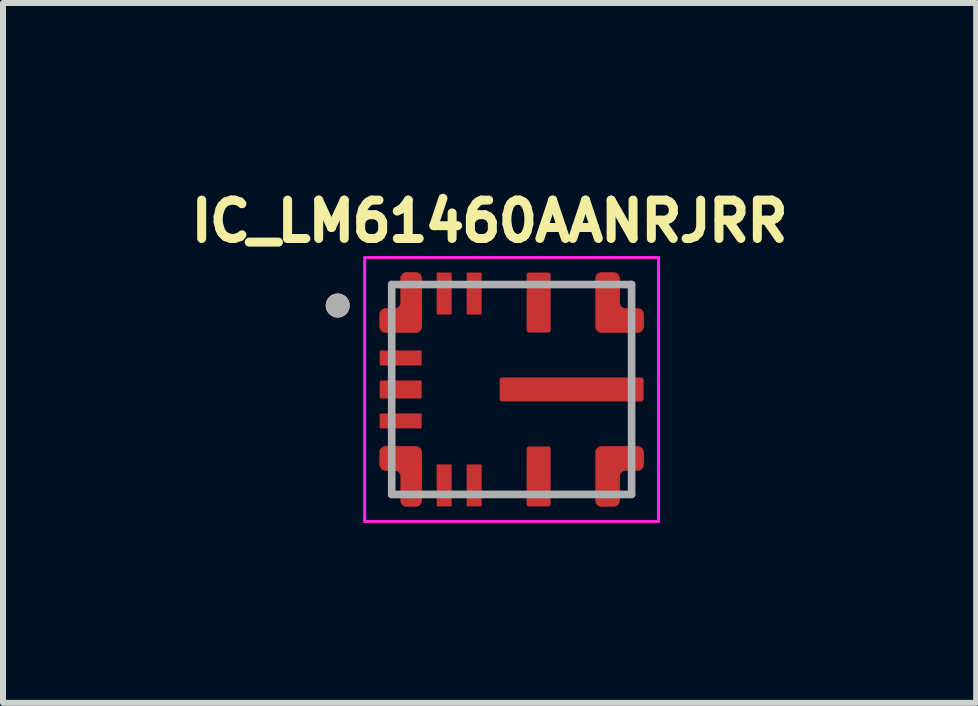
<source format=kicad_pcb>
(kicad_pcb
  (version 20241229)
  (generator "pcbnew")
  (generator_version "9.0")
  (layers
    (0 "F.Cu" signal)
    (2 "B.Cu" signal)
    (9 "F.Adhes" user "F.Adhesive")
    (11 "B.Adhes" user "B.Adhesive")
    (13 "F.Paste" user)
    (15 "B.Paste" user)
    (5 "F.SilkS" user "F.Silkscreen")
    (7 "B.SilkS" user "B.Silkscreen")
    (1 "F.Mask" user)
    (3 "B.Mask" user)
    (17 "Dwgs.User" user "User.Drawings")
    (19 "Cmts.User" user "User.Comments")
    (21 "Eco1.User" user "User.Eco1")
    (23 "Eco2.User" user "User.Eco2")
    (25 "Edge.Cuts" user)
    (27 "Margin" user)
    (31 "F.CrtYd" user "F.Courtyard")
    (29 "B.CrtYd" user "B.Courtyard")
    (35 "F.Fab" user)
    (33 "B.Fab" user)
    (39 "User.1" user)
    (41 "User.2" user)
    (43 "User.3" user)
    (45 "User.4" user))
  (footprint "IC_LM61460AANRJRR"
    (layer "F.Cu")
    (at 5.481 3.444)
    (property "Reference" "IC_LM61460AANRJRR" (at -0.368 -2.806 0) (layer "F.SilkS") (effects (font (size 0.64 0.64) (thickness 0.15))))
    (attr smd)
    (fp_poly (pts (xy -2.27 -0.645) (xy -2.27 -0.405) (xy -2.269 -0.401) (xy -2.268 -0.396) (xy -2.267 -0.392) (xy -2.266 -0.387) (xy -2.264 -0.383) (xy -2.262 -0.379) (xy -2.26 -0.375) (xy -2.257 -0.371) (xy -2.255 -0.367) (xy -2.252 -0.363) (xy -2.249 -0.36) (xy -2.246 -0.356) (xy -2.243 -0.353) (xy -2.239 -0.35) (xy -2.236 -0.347) (xy -2.232 -0.344) (xy -2.228 -0.342) (xy -2.224 -0.339) (xy -2.22 -0.337) (xy -2.216 -0.336) (xy -2.211 -0.334) (xy -2.207 -0.333) (xy -2.202 -0.331) (xy -2.198 -0.33) (xy -2.193 -0.33) (xy -2.189 -0.329) (xy -2.184 -0.329) (xy -2.179 -0.329) (xy -2.175 -0.329) (xy -2.17 -0.33) (xy -1.53 -0.33) (xy -1.525 -0.329) (xy -1.521 -0.329) (xy -1.516 -0.329) (xy -1.511 -0.329) (xy -1.507 -0.33) (xy -1.502 -0.33) (xy -1.498 -0.331) (xy -1.493 -0.333) (xy -1.489 -0.334) (xy -1.484 -0.336) (xy -1.48 -0.337) (xy -1.476 -0.339) (xy -1.472 -0.342) (xy -1.468 -0.344) (xy -1.464 -0.347) (xy -1.461 -0.35) (xy -1.457 -0.353) (xy -1.454 -0.356) (xy -1.451 -0.36) (xy -1.448 -0.363) (xy -1.445 -0.367) (xy -1.443 -0.371) (xy -1.44 -0.375) (xy -1.438 -0.379) (xy -1.436 -0.383) (xy -1.434 -0.387) (xy -1.433 -0.392) (xy -1.432 -0.396) (xy -1.431 -0.401) (xy -1.43 -0.405) (xy -1.43 -0.645) (xy -1.431 -0.649) (xy -1.432 -0.654) (xy -1.433 -0.658) (xy -1.434 -0.663) (xy -1.436 -0.667) (xy -1.438 -0.671) (xy -1.44 -0.675) (xy -1.443 -0.679) (xy -1.445 -0.683) (xy -1.448 -0.687) (xy -1.451 -0.69) (xy -1.454 -0.694) (xy -1.457 -0.697) (xy -1.461 -0.7) (xy -1.464 -0.703) (xy -1.468 -0.706) (xy -1.472 -0.708) (xy -1.476 -0.711) (xy -1.48 -0.713) (xy -1.484 -0.714) (xy -1.489 -0.716) (xy -1.493 -0.717) (xy -1.498 -0.719) (xy -1.502 -0.72) (xy -1.507 -0.72) (xy -1.511 -0.721) (xy -1.516 -0.721) (xy -1.521 -0.721) (xy -1.525 -0.721) (xy -1.53 -0.72) (xy -2.17 -0.72) (xy -2.175 -0.721) (xy -2.179 -0.721) (xy -2.184 -0.721) (xy -2.189 -0.721) (xy -2.193 -0.72) (xy -2.198 -0.72) (xy -2.202 -0.719) (xy -2.207 -0.717) (xy -2.211 -0.716) (xy -2.216 -0.714) (xy -2.22 -0.713) (xy -2.224 -0.711) (xy -2.228 -0.708) (xy -2.232 -0.706) (xy -2.236 -0.703) (xy -2.239 -0.7) (xy -2.243 -0.697) (xy -2.246 -0.694) (xy -2.249 -0.69) (xy -2.252 -0.687) (xy -2.255 -0.683) (xy -2.257 -0.679) (xy -2.26 -0.675) (xy -2.262 -0.671) (xy -2.264 -0.667) (xy -2.266 -0.663) (xy -2.267 -0.658) (xy -2.268 -0.654) (xy -2.269 -0.649) (xy -2.27 -0.645)) (stroke (width 0.01) (type solid)) (fill yes) (layer "F.Mask"))
    (fp_poly (pts (xy -2.27 -0.12) (xy -2.27 0.12) (xy -2.27 0.125) (xy -2.269 0.13) (xy -2.269 0.136) (xy -2.268 0.141) (xy -2.267 0.146) (xy -2.265 0.151) (xy -2.263 0.156) (xy -2.261 0.161) (xy -2.259 0.165) (xy -2.257 0.17) (xy -2.254 0.174) (xy -2.251 0.179) (xy -2.248 0.183) (xy -2.244 0.187) (xy -2.241 0.191) (xy -2.237 0.194) (xy -2.233 0.198) (xy -2.229 0.201) (xy -2.224 0.204) (xy -2.22 0.207) (xy -2.215 0.209) (xy -2.211 0.211) (xy -2.206 0.213) (xy -2.201 0.215) (xy -2.196 0.217) (xy -2.191 0.218) (xy -2.186 0.219) (xy -2.18 0.219) (xy -2.175 0.22) (xy -2.17 0.22) (xy -1.53 0.22) (xy -1.525 0.22) (xy -1.52 0.219) (xy -1.514 0.219) (xy -1.509 0.218) (xy -1.504 0.217) (xy -1.499 0.215) (xy -1.494 0.213) (xy -1.489 0.211) (xy -1.485 0.209) (xy -1.48 0.207) (xy -1.476 0.204) (xy -1.471 0.201) (xy -1.467 0.198) (xy -1.463 0.194) (xy -1.459 0.191) (xy -1.456 0.187) (xy -1.452 0.183) (xy -1.449 0.179) (xy -1.446 0.174) (xy -1.443 0.17) (xy -1.441 0.165) (xy -1.439 0.161) (xy -1.437 0.156) (xy -1.435 0.151) (xy -1.433 0.146) (xy -1.432 0.141) (xy -1.431 0.136) (xy -1.431 0.13) (xy -1.43 0.125) (xy -1.43 0.12) (xy -1.43 -0.12) (xy -1.43 -0.125) (xy -1.431 -0.13) (xy -1.431 -0.136) (xy -1.432 -0.141) (xy -1.433 -0.146) (xy -1.435 -0.151) (xy -1.437 -0.156) (xy -1.439 -0.161) (xy -1.441 -0.165) (xy -1.443 -0.17) (xy -1.446 -0.174) (xy -1.449 -0.179) (xy -1.452 -0.183) (xy -1.456 -0.187) (xy -1.459 -0.191) (xy -1.463 -0.194) (xy -1.467 -0.198) (xy -1.471 -0.201) (xy -1.476 -0.204) (xy -1.48 -0.207) (xy -1.485 -0.209) (xy -1.489 -0.211) (xy -1.494 -0.213) (xy -1.499 -0.215) (xy -1.504 -0.217) (xy -1.509 -0.218) (xy -1.514 -0.219) (xy -1.52 -0.219) (xy -1.525 -0.22) (xy -1.53 -0.22) (xy -2.17 -0.22) (xy -2.175 -0.22) (xy -2.18 -0.219) (xy -2.186 -0.219) (xy -2.191 -0.218) (xy -2.196 -0.217) (xy -2.201 -0.215) (xy -2.206 -0.213) (xy -2.211 -0.211) (xy -2.215 -0.209) (xy -2.22 -0.207) (xy -2.224 -0.204) (xy -2.229 -0.201) (xy -2.233 -0.198) (xy -2.237 -0.194) (xy -2.241 -0.191) (xy -2.244 -0.187) (xy -2.248 -0.183) (xy -2.251 -0.179) (xy -2.254 -0.174) (xy -2.257 -0.17) (xy -2.259 -0.165) (xy -2.261 -0.161) (xy -2.263 -0.156) (xy -2.265 -0.151) (xy -2.267 -0.146) (xy -2.268 -0.141) (xy -2.269 -0.136) (xy -2.269 -0.13) (xy -2.27 -0.125) (xy -2.27 -0.12)) (stroke (width 0.01) (type solid)) (fill yes) (layer "F.Mask"))
    (fp_poly (pts (xy -2.27 0.405) (xy -2.27 0.645) (xy -2.269 0.649) (xy -2.268 0.654) (xy -2.267 0.658) (xy -2.266 0.663) (xy -2.264 0.667) (xy -2.262 0.671) (xy -2.26 0.675) (xy -2.257 0.679) (xy -2.255 0.683) (xy -2.252 0.687) (xy -2.249 0.69) (xy -2.246 0.694) (xy -2.243 0.697) (xy -2.239 0.7) (xy -2.236 0.703) (xy -2.232 0.706) (xy -2.228 0.708) (xy -2.224 0.711) (xy -2.22 0.713) (xy -2.216 0.714) (xy -2.211 0.716) (xy -2.207 0.717) (xy -2.202 0.719) (xy -2.198 0.72) (xy -2.193 0.72) (xy -2.189 0.721) (xy -2.184 0.721) (xy -2.179 0.721) (xy -2.175 0.721) (xy -2.17 0.72) (xy -1.53 0.72) (xy -1.525 0.721) (xy -1.521 0.721) (xy -1.516 0.721) (xy -1.511 0.721) (xy -1.507 0.72) (xy -1.502 0.72) (xy -1.498 0.719) (xy -1.493 0.717) (xy -1.489 0.716) (xy -1.484 0.714) (xy -1.48 0.713) (xy -1.476 0.711) (xy -1.472 0.708) (xy -1.468 0.706) (xy -1.464 0.703) (xy -1.461 0.7) (xy -1.457 0.697) (xy -1.454 0.694) (xy -1.451 0.69) (xy -1.448 0.687) (xy -1.445 0.683) (xy -1.443 0.679) (xy -1.44 0.675) (xy -1.438 0.671) (xy -1.436 0.667) (xy -1.434 0.663) (xy -1.433 0.658) (xy -1.432 0.654) (xy -1.431 0.649) (xy -1.43 0.645) (xy -1.43 0.405) (xy -1.431 0.401) (xy -1.432 0.396) (xy -1.433 0.392) (xy -1.434 0.387) (xy -1.436 0.383) (xy -1.438 0.379) (xy -1.44 0.375) (xy -1.443 0.371) (xy -1.445 0.367) (xy -1.448 0.363) (xy -1.451 0.36) (xy -1.454 0.356) (xy -1.457 0.353) (xy -1.461 0.35) (xy -1.464 0.347) (xy -1.468 0.344) (xy -1.472 0.342) (xy -1.476 0.339) (xy -1.48 0.337) (xy -1.484 0.336) (xy -1.489 0.334) (xy -1.493 0.333) (xy -1.498 0.331) (xy -1.502 0.33) (xy -1.507 0.33) (xy -1.511 0.329) (xy -1.516 0.329) (xy -1.521 0.329) (xy -1.525 0.329) (xy -1.53 0.33) (xy -2.17 0.33) (xy -2.175 0.329) (xy -2.179 0.329) (xy -2.184 0.329) (xy -2.189 0.329) (xy -2.193 0.33) (xy -2.198 0.33) (xy -2.202 0.331) (xy -2.207 0.333) (xy -2.211 0.334) (xy -2.216 0.336) (xy -2.22 0.337) (xy -2.224 0.339) (xy -2.228 0.342) (xy -2.232 0.344) (xy -2.236 0.347) (xy -2.239 0.35) (xy -2.243 0.353) (xy -2.246 0.356) (xy -2.249 0.36) (xy -2.252 0.363) (xy -2.255 0.367) (xy -2.257 0.371) (xy -2.26 0.375) (xy -2.262 0.379) (xy -2.264 0.383) (xy -2.266 0.387) (xy -2.267 0.392) (xy -2.268 0.396) (xy -2.269 0.401) (xy -2.27 0.405)) (stroke (width 0.01) (type solid)) (fill yes) (layer "F.Mask"))
    (fp_poly (pts (xy -1.245 -1.18) (xy -1.005 -1.18) (xy -1.001 -1.181) (xy -0.996 -1.182) (xy -0.992 -1.183) (xy -0.987 -1.184) (xy -0.983 -1.186) (xy -0.979 -1.188) (xy -0.975 -1.19) (xy -0.971 -1.193) (xy -0.967 -1.195) (xy -0.963 -1.198) (xy -0.96 -1.201) (xy -0.956 -1.204) (xy -0.953 -1.207) (xy -0.95 -1.211) (xy -0.947 -1.214) (xy -0.944 -1.218) (xy -0.942 -1.222) (xy -0.939 -1.226) (xy -0.937 -1.23) (xy -0.936 -1.234) (xy -0.934 -1.239) (xy -0.933 -1.243) (xy -0.931 -1.248) (xy -0.93 -1.252) (xy -0.93 -1.257) (xy -0.929 -1.261) (xy -0.929 -1.266) (xy -0.929 -1.271) (xy -0.929 -1.275) (xy -0.93 -1.28) (xy -0.93 -1.92) (xy -0.929 -1.925) (xy -0.929 -1.929) (xy -0.929 -1.934) (xy -0.929 -1.939) (xy -0.93 -1.943) (xy -0.93 -1.948) (xy -0.931 -1.952) (xy -0.933 -1.957) (xy -0.934 -1.961) (xy -0.936 -1.966) (xy -0.937 -1.97) (xy -0.939 -1.974) (xy -0.942 -1.978) (xy -0.944 -1.982) (xy -0.947 -1.986) (xy -0.95 -1.989) (xy -0.953 -1.993) (xy -0.956 -1.996) (xy -0.96 -1.999) (xy -0.963 -2.002) (xy -0.967 -2.005) (xy -0.971 -2.007) (xy -0.975 -2.01) (xy -0.979 -2.012) (xy -0.983 -2.014) (xy -0.987 -2.016) (xy -0.992 -2.017) (xy -0.996 -2.018) (xy -1.001 -2.019) (xy -1.005 -2.02) (xy -1.245 -2.02) (xy -1.249 -2.019) (xy -1.254 -2.018) (xy -1.258 -2.017) (xy -1.263 -2.016) (xy -1.267 -2.014) (xy -1.271 -2.012) (xy -1.275 -2.01) (xy -1.279 -2.007) (xy -1.283 -2.005) (xy -1.287 -2.002) (xy -1.29 -1.999) (xy -1.294 -1.996) (xy -1.297 -1.993) (xy -1.3 -1.989) (xy -1.303 -1.986) (xy -1.306 -1.982) (xy -1.308 -1.978) (xy -1.311 -1.974) (xy -1.313 -1.97) (xy -1.314 -1.966) (xy -1.316 -1.961) (xy -1.317 -1.957) (xy -1.319 -1.952) (xy -1.32 -1.948) (xy -1.32 -1.943) (xy -1.321 -1.939) (xy -1.321 -1.934) (xy -1.321 -1.929) (xy -1.321 -1.925) (xy -1.32 -1.92) (xy -1.32 -1.28) (xy -1.321 -1.275) (xy -1.321 -1.271) (xy -1.321 -1.266) (xy -1.321 -1.261) (xy -1.32 -1.257) (xy -1.32 -1.252) (xy -1.319 -1.248) (xy -1.317 -1.243) (xy -1.316 -1.239) (xy -1.314 -1.234) (xy -1.313 -1.23) (xy -1.311 -1.226) (xy -1.308 -1.222) (xy -1.306 -1.218) (xy -1.303 -1.214) (xy -1.3 -1.211) (xy -1.297 -1.207) (xy -1.294 -1.204) (xy -1.29 -1.201) (xy -1.287 -1.198) (xy -1.283 -1.195) (xy -1.279 -1.193) (xy -1.275 -1.19) (xy -1.271 -1.188) (xy -1.267 -1.186) (xy -1.263 -1.184) (xy -1.258 -1.183) (xy -1.254 -1.182) (xy -1.249 -1.181) (xy -1.245 -1.18)) (stroke (width 0.01) (type solid)) (fill yes) (layer "F.Mask"))
    (fp_poly (pts (xy -1.245 2.02) (xy -1.005 2.02) (xy -1.001 2.019) (xy -0.996 2.018) (xy -0.992 2.017) (xy -0.987 2.016) (xy -0.983 2.014) (xy -0.979 2.012) (xy -0.975 2.01) (xy -0.971 2.007) (xy -0.967 2.005) (xy -0.963 2.002) (xy -0.96 1.999) (xy -0.956 1.996) (xy -0.953 1.993) (xy -0.95 1.989) (xy -0.947 1.986) (xy -0.944 1.982) (xy -0.942 1.978) (xy -0.939 1.974) (xy -0.937 1.97) (xy -0.936 1.966) (xy -0.934 1.961) (xy -0.933 1.957) (xy -0.931 1.952) (xy -0.93 1.948) (xy -0.93 1.943) (xy -0.929 1.939) (xy -0.929 1.934) (xy -0.929 1.929) (xy -0.929 1.925) (xy -0.93 1.92) (xy -0.93 1.28) (xy -0.929 1.275) (xy -0.929 1.271) (xy -0.929 1.266) (xy -0.929 1.261) (xy -0.93 1.257) (xy -0.93 1.252) (xy -0.931 1.248) (xy -0.933 1.243) (xy -0.934 1.239) (xy -0.936 1.234) (xy -0.937 1.23) (xy -0.939 1.226) (xy -0.942 1.222) (xy -0.944 1.218) (xy -0.947 1.214) (xy -0.95 1.211) (xy -0.953 1.207) (xy -0.956 1.204) (xy -0.96 1.201) (xy -0.963 1.198) (xy -0.967 1.195) (xy -0.971 1.193) (xy -0.975 1.19) (xy -0.979 1.188) (xy -0.983 1.186) (xy -0.987 1.184) (xy -0.992 1.183) (xy -0.996 1.182) (xy -1.001 1.181) (xy -1.005 1.18) (xy -1.245 1.18) (xy -1.249 1.181) (xy -1.254 1.182) (xy -1.258 1.183) (xy -1.263 1.184) (xy -1.267 1.186) (xy -1.271 1.188) (xy -1.275 1.19) (xy -1.279 1.193) (xy -1.283 1.195) (xy -1.287 1.198) (xy -1.29 1.201) (xy -1.294 1.204) (xy -1.297 1.207) (xy -1.3 1.211) (xy -1.303 1.214) (xy -1.306 1.218) (xy -1.308 1.222) (xy -1.311 1.226) (xy -1.313 1.23) (xy -1.314 1.234) (xy -1.316 1.239) (xy -1.317 1.243) (xy -1.319 1.248) (xy -1.32 1.252) (xy -1.32 1.257) (xy -1.321 1.261) (xy -1.321 1.266) (xy -1.321 1.271) (xy -1.321 1.275) (xy -1.32 1.28) (xy -1.32 1.92) (xy -1.321 1.925) (xy -1.321 1.929) (xy -1.321 1.934) (xy -1.321 1.939) (xy -1.32 1.943) (xy -1.32 1.948) (xy -1.319 1.952) (xy -1.317 1.957) (xy -1.316 1.961) (xy -1.314 1.966) (xy -1.313 1.97) (xy -1.311 1.974) (xy -1.308 1.978) (xy -1.306 1.982) (xy -1.303 1.986) (xy -1.3 1.989) (xy -1.297 1.993) (xy -1.294 1.996) (xy -1.29 1.999) (xy -1.287 2.002) (xy -1.283 2.005) (xy -1.279 2.007) (xy -1.275 2.01) (xy -1.271 2.012) (xy -1.267 2.014) (xy -1.263 2.016) (xy -1.258 2.017) (xy -1.254 2.018) (xy -1.249 2.019) (xy -1.245 2.02)) (stroke (width 0.01) (type solid)) (fill yes) (layer "F.Mask"))
    (fp_poly (pts (xy -0.745 -1.18) (xy -0.505 -1.18) (xy -0.501 -1.181) (xy -0.496 -1.182) (xy -0.492 -1.183) (xy -0.487 -1.184) (xy -0.483 -1.186) (xy -0.479 -1.188) (xy -0.475 -1.19) (xy -0.471 -1.193) (xy -0.467 -1.195) (xy -0.463 -1.198) (xy -0.46 -1.201) (xy -0.456 -1.204) (xy -0.453 -1.207) (xy -0.45 -1.211) (xy -0.447 -1.214) (xy -0.444 -1.218) (xy -0.442 -1.222) (xy -0.439 -1.226) (xy -0.437 -1.23) (xy -0.436 -1.234) (xy -0.434 -1.239) (xy -0.433 -1.243) (xy -0.431 -1.248) (xy -0.43 -1.252) (xy -0.43 -1.257) (xy -0.429 -1.261) (xy -0.429 -1.266) (xy -0.429 -1.271) (xy -0.429 -1.275) (xy -0.43 -1.28) (xy -0.43 -1.92) (xy -0.429 -1.925) (xy -0.429 -1.929) (xy -0.429 -1.934) (xy -0.429 -1.939) (xy -0.43 -1.943) (xy -0.43 -1.948) (xy -0.431 -1.952) (xy -0.433 -1.957) (xy -0.434 -1.961) (xy -0.436 -1.966) (xy -0.437 -1.97) (xy -0.439 -1.974) (xy -0.442 -1.978) (xy -0.444 -1.982) (xy -0.447 -1.986) (xy -0.45 -1.989) (xy -0.453 -1.993) (xy -0.456 -1.996) (xy -0.46 -1.999) (xy -0.463 -2.002) (xy -0.467 -2.005) (xy -0.471 -2.007) (xy -0.475 -2.01) (xy -0.479 -2.012) (xy -0.483 -2.014) (xy -0.487 -2.016) (xy -0.492 -2.017) (xy -0.496 -2.018) (xy -0.501 -2.019) (xy -0.505 -2.02) (xy -0.745 -2.02) (xy -0.749 -2.019) (xy -0.754 -2.018) (xy -0.758 -2.017) (xy -0.763 -2.016) (xy -0.767 -2.014) (xy -0.771 -2.012) (xy -0.775 -2.01) (xy -0.779 -2.007) (xy -0.783 -2.005) (xy -0.787 -2.002) (xy -0.79 -1.999) (xy -0.794 -1.996) (xy -0.797 -1.993) (xy -0.8 -1.989) (xy -0.803 -1.986) (xy -0.806 -1.982) (xy -0.808 -1.978) (xy -0.811 -1.974) (xy -0.813 -1.97) (xy -0.814 -1.966) (xy -0.816 -1.961) (xy -0.817 -1.957) (xy -0.819 -1.952) (xy -0.82 -1.948) (xy -0.82 -1.943) (xy -0.821 -1.939) (xy -0.821 -1.934) (xy -0.821 -1.929) (xy -0.821 -1.925) (xy -0.82 -1.92) (xy -0.82 -1.28) (xy -0.821 -1.275) (xy -0.821 -1.271) (xy -0.821 -1.266) (xy -0.821 -1.261) (xy -0.82 -1.257) (xy -0.82 -1.252) (xy -0.819 -1.248) (xy -0.817 -1.243) (xy -0.816 -1.239) (xy -0.814 -1.234) (xy -0.813 -1.23) (xy -0.811 -1.226) (xy -0.808 -1.222) (xy -0.806 -1.218) (xy -0.803 -1.214) (xy -0.8 -1.211) (xy -0.797 -1.207) (xy -0.794 -1.204) (xy -0.79 -1.201) (xy -0.787 -1.198) (xy -0.783 -1.195) (xy -0.779 -1.193) (xy -0.775 -1.19) (xy -0.771 -1.188) (xy -0.767 -1.186) (xy -0.763 -1.184) (xy -0.758 -1.183) (xy -0.754 -1.182) (xy -0.749 -1.181) (xy -0.745 -1.18)) (stroke (width 0.01) (type solid)) (fill yes) (layer "F.Mask"))
    (fp_poly (pts (xy -0.745 2.02) (xy -0.505 2.02) (xy -0.501 2.019) (xy -0.496 2.018) (xy -0.492 2.017) (xy -0.487 2.016) (xy -0.483 2.014) (xy -0.479 2.012) (xy -0.475 2.01) (xy -0.471 2.007) (xy -0.467 2.005) (xy -0.463 2.002) (xy -0.46 1.999) (xy -0.456 1.996) (xy -0.453 1.993) (xy -0.45 1.989) (xy -0.447 1.986) (xy -0.444 1.982) (xy -0.442 1.978) (xy -0.439 1.974) (xy -0.437 1.97) (xy -0.436 1.966) (xy -0.434 1.961) (xy -0.433 1.957) (xy -0.431 1.952) (xy -0.43 1.948) (xy -0.43 1.943) (xy -0.429 1.939) (xy -0.429 1.934) (xy -0.429 1.929) (xy -0.429 1.925) (xy -0.43 1.92) (xy -0.43 1.28) (xy -0.429 1.275) (xy -0.429 1.271) (xy -0.429 1.266) (xy -0.429 1.261) (xy -0.43 1.257) (xy -0.43 1.252) (xy -0.431 1.248) (xy -0.433 1.243) (xy -0.434 1.239) (xy -0.436 1.234) (xy -0.437 1.23) (xy -0.439 1.226) (xy -0.442 1.222) (xy -0.444 1.218) (xy -0.447 1.214) (xy -0.45 1.211) (xy -0.453 1.207) (xy -0.456 1.204) (xy -0.46 1.201) (xy -0.463 1.198) (xy -0.467 1.195) (xy -0.471 1.193) (xy -0.475 1.19) (xy -0.479 1.188) (xy -0.483 1.186) (xy -0.487 1.184) (xy -0.492 1.183) (xy -0.496 1.182) (xy -0.501 1.181) (xy -0.505 1.18) (xy -0.745 1.18) (xy -0.749 1.181) (xy -0.754 1.182) (xy -0.758 1.183) (xy -0.763 1.184) (xy -0.767 1.186) (xy -0.771 1.188) (xy -0.775 1.19) (xy -0.779 1.193) (xy -0.783 1.195) (xy -0.787 1.198) (xy -0.79 1.201) (xy -0.794 1.204) (xy -0.797 1.207) (xy -0.8 1.211) (xy -0.803 1.214) (xy -0.806 1.218) (xy -0.808 1.222) (xy -0.811 1.226) (xy -0.813 1.23) (xy -0.814 1.234) (xy -0.816 1.239) (xy -0.817 1.243) (xy -0.819 1.248) (xy -0.82 1.252) (xy -0.82 1.257) (xy -0.821 1.261) (xy -0.821 1.266) (xy -0.821 1.271) (xy -0.821 1.275) (xy -0.82 1.28) (xy -0.82 1.92) (xy -0.821 1.925) (xy -0.821 1.929) (xy -0.821 1.934) (xy -0.821 1.939) (xy -0.82 1.943) (xy -0.82 1.948) (xy -0.819 1.952) (xy -0.817 1.957) (xy -0.816 1.961) (xy -0.814 1.966) (xy -0.813 1.97) (xy -0.811 1.974) (xy -0.808 1.978) (xy -0.806 1.982) (xy -0.803 1.986) (xy -0.8 1.989) (xy -0.797 1.993) (xy -0.794 1.996) (xy -0.79 1.999) (xy -0.787 2.002) (xy -0.783 2.005) (xy -0.779 2.007) (xy -0.775 2.01) (xy -0.771 2.012) (xy -0.767 2.014) (xy -0.763 2.016) (xy -0.758 2.017) (xy -0.754 2.018) (xy -0.749 2.019) (xy -0.745 2.02)) (stroke (width 0.01) (type solid)) (fill yes) (layer "F.Mask"))
    (fp_poly (pts (xy -0.17 -0.27) (xy 2.17 -0.27) (xy 2.175 -0.27) (xy 2.18 -0.269) (xy 2.186 -0.269) (xy 2.191 -0.268) (xy 2.196 -0.267) (xy 2.201 -0.265) (xy 2.206 -0.263) (xy 2.211 -0.261) (xy 2.215 -0.259) (xy 2.22 -0.257) (xy 2.224 -0.254) (xy 2.229 -0.251) (xy 2.233 -0.248) (xy 2.237 -0.244) (xy 2.241 -0.241) (xy 2.244 -0.237) (xy 2.248 -0.233) (xy 2.251 -0.229) (xy 2.254 -0.224) (xy 2.257 -0.22) (xy 2.259 -0.215) (xy 2.261 -0.211) (xy 2.263 -0.206) (xy 2.265 -0.201) (xy 2.267 -0.196) (xy 2.268 -0.191) (xy 2.269 -0.186) (xy 2.269 -0.18) (xy 2.27 -0.175) (xy 2.27 -0.17) (xy 2.27 0.17) (xy 2.27 0.175) (xy 2.269 0.18) (xy 2.269 0.186) (xy 2.268 0.191) (xy 2.267 0.196) (xy 2.265 0.201) (xy 2.263 0.206) (xy 2.261 0.211) (xy 2.259 0.215) (xy 2.257 0.22) (xy 2.254 0.224) (xy 2.251 0.229) (xy 2.248 0.233) (xy 2.244 0.237) (xy 2.241 0.241) (xy 2.237 0.244) (xy 2.233 0.248) (xy 2.229 0.251) (xy 2.224 0.254) (xy 2.22 0.257) (xy 2.215 0.259) (xy 2.211 0.261) (xy 2.206 0.263) (xy 2.201 0.265) (xy 2.196 0.267) (xy 2.191 0.268) (xy 2.186 0.269) (xy 2.18 0.269) (xy 2.175 0.27) (xy 2.17 0.27) (xy -0.17 0.27) (xy -0.175 0.27) (xy -0.18 0.269) (xy -0.186 0.269) (xy -0.191 0.268) (xy -0.196 0.267) (xy -0.201 0.265) (xy -0.206 0.263) (xy -0.211 0.261) (xy -0.215 0.259) (xy -0.22 0.257) (xy -0.224 0.254) (xy -0.229 0.251) (xy -0.233 0.248) (xy -0.237 0.244) (xy -0.241 0.241) (xy -0.244 0.237) (xy -0.248 0.233) (xy -0.251 0.229) (xy -0.254 0.224) (xy -0.257 0.22) (xy -0.259 0.215) (xy -0.261 0.211) (xy -0.263 0.206) (xy -0.265 0.201) (xy -0.267 0.196) (xy -0.268 0.191) (xy -0.269 0.186) (xy -0.269 0.18) (xy -0.27 0.175) (xy -0.27 0.17) (xy -0.27 -0.17) (xy -0.27 -0.175) (xy -0.269 -0.18) (xy -0.269 -0.186) (xy -0.268 -0.191) (xy -0.267 -0.196) (xy -0.265 -0.201) (xy -0.263 -0.206) (xy -0.261 -0.211) (xy -0.259 -0.215) (xy -0.257 -0.22) (xy -0.254 -0.224) (xy -0.251 -0.229) (xy -0.248 -0.233) (xy -0.244 -0.237) (xy -0.241 -0.241) (xy -0.237 -0.244) (xy -0.233 -0.248) (xy -0.229 -0.251) (xy -0.224 -0.254) (xy -0.22 -0.257) (xy -0.215 -0.259) (xy -0.211 -0.261) (xy -0.206 -0.263) (xy -0.201 -0.265) (xy -0.196 -0.267) (xy -0.191 -0.268) (xy -0.186 -0.269) (xy -0.18 -0.269) (xy -0.175 -0.27) (xy -0.17 -0.27)) (stroke (width 0.01) (type solid)) (fill yes) (layer "F.Mask"))
    (fp_poly (pts (xy 0.62 -2.02) (xy 0.28 -2.02) (xy 0.275 -2.019) (xy 0.269 -2.018) (xy 0.263 -2.016) (xy 0.257 -2.015) (xy 0.252 -2.013) (xy 0.246 -2.01) (xy 0.241 -2.007) (xy 0.235 -2.004) (xy 0.23 -2.001) (xy 0.225 -1.998) (xy 0.22 -1.994) (xy 0.216 -1.99) (xy 0.212 -1.986) (xy 0.207 -1.981) (xy 0.204 -1.976) (xy 0.2 -1.972) (xy 0.197 -1.966) (xy 0.194 -1.961) (xy 0.191 -1.956) (xy 0.188 -1.95) (xy 0.186 -1.945) (xy 0.184 -1.939) (xy 0.182 -1.933) (xy 0.181 -1.927) (xy 0.18 -1.921) (xy 0.179 -1.915) (xy 0.179 -1.909) (xy 0.179 -1.903) (xy 0.179 -1.897) (xy 0.18 -1.89) (xy 0.18 -1.01) (xy 0.179 -1.003) (xy 0.179 -0.997) (xy 0.179 -0.991) (xy 0.179 -0.985) (xy 0.18 -0.979) (xy 0.181 -0.973) (xy 0.182 -0.967) (xy 0.184 -0.961) (xy 0.186 -0.955) (xy 0.188 -0.95) (xy 0.191 -0.944) (xy 0.194 -0.939) (xy 0.197 -0.934) (xy 0.2 -0.928) (xy 0.204 -0.924) (xy 0.207 -0.919) (xy 0.212 -0.914) (xy 0.216 -0.91) (xy 0.22 -0.906) (xy 0.225 -0.902) (xy 0.23 -0.899) (xy 0.235 -0.896) (xy 0.241 -0.893) (xy 0.246 -0.89) (xy 0.252 -0.887) (xy 0.257 -0.885) (xy 0.263 -0.884) (xy 0.269 -0.882) (xy 0.275 -0.881) (xy 0.28 -0.88) (xy 0.62 -0.88) (xy 0.625 -0.881) (xy 0.631 -0.882) (xy 0.637 -0.884) (xy 0.643 -0.885) (xy 0.648 -0.887) (xy 0.654 -0.89) (xy 0.659 -0.893) (xy 0.665 -0.896) (xy 0.67 -0.899) (xy 0.675 -0.902) (xy 0.68 -0.906) (xy 0.684 -0.91) (xy 0.688 -0.914) (xy 0.693 -0.919) (xy 0.696 -0.924) (xy 0.7 -0.928) (xy 0.703 -0.934) (xy 0.706 -0.939) (xy 0.709 -0.944) (xy 0.712 -0.95) (xy 0.714 -0.955) (xy 0.716 -0.961) (xy 0.718 -0.967) (xy 0.719 -0.973) (xy 0.72 -0.979) (xy 0.721 -0.985) (xy 0.721 -0.991) (xy 0.721 -0.997) (xy 0.721 -1.003) (xy 0.72 -1.01) (xy 0.72 -1.89) (xy 0.721 -1.897) (xy 0.721 -1.903) (xy 0.721 -1.909) (xy 0.721 -1.915) (xy 0.72 -1.921) (xy 0.719 -1.927) (xy 0.718 -1.933) (xy 0.716 -1.939) (xy 0.714 -1.945) (xy 0.712 -1.95) (xy 0.709 -1.956) (xy 0.706 -1.961) (xy 0.703 -1.966) (xy 0.7 -1.972) (xy 0.696 -1.976) (xy 0.693 -1.981) (xy 0.688 -1.986) (xy 0.684 -1.99) (xy 0.68 -1.994) (xy 0.675 -1.998) (xy 0.67 -2.001) (xy 0.665 -2.004) (xy 0.659 -2.007) (xy 0.654 -2.01) (xy 0.648 -2.013) (xy 0.643 -2.015) (xy 0.637 -2.016) (xy 0.631 -2.018) (xy 0.625 -2.019) (xy 0.62 -2.02)) (stroke (width 0.01) (type solid)) (fill yes) (layer "F.Mask"))
    (fp_poly (pts (xy 0.62 0.88) (xy 0.28 0.88) (xy 0.275 0.881) (xy 0.269 0.882) (xy 0.263 0.884) (xy 0.257 0.885) (xy 0.252 0.887) (xy 0.246 0.89) (xy 0.241 0.893) (xy 0.235 0.896) (xy 0.23 0.899) (xy 0.225 0.902) (xy 0.22 0.906) (xy 0.216 0.91) (xy 0.212 0.914) (xy 0.207 0.919) (xy 0.204 0.924) (xy 0.2 0.928) (xy 0.197 0.934) (xy 0.194 0.939) (xy 0.191 0.944) (xy 0.188 0.95) (xy 0.186 0.955) (xy 0.184 0.961) (xy 0.182 0.967) (xy 0.181 0.973) (xy 0.18 0.979) (xy 0.179 0.985) (xy 0.179 0.991) (xy 0.179 0.997) (xy 0.179 1.003) (xy 0.18 1.01) (xy 0.18 1.89) (xy 0.179 1.897) (xy 0.179 1.903) (xy 0.179 1.909) (xy 0.179 1.915) (xy 0.18 1.921) (xy 0.181 1.927) (xy 0.182 1.933) (xy 0.184 1.939) (xy 0.186 1.945) (xy 0.188 1.95) (xy 0.191 1.956) (xy 0.194 1.961) (xy 0.197 1.966) (xy 0.2 1.972) (xy 0.204 1.976) (xy 0.207 1.981) (xy 0.212 1.986) (xy 0.216 1.99) (xy 0.22 1.994) (xy 0.225 1.998) (xy 0.23 2.001) (xy 0.235 2.004) (xy 0.241 2.007) (xy 0.246 2.01) (xy 0.252 2.013) (xy 0.257 2.015) (xy 0.263 2.016) (xy 0.269 2.018) (xy 0.275 2.019) (xy 0.28 2.02) (xy 0.62 2.02) (xy 0.625 2.019) (xy 0.631 2.018) (xy 0.637 2.016) (xy 0.643 2.015) (xy 0.648 2.013) (xy 0.654 2.01) (xy 0.659 2.007) (xy 0.665 2.004) (xy 0.67 2.001) (xy 0.675 1.998) (xy 0.68 1.994) (xy 0.684 1.99) (xy 0.688 1.986) (xy 0.693 1.981) (xy 0.696 1.976) (xy 0.7 1.972) (xy 0.703 1.966) (xy 0.706 1.961) (xy 0.709 1.956) (xy 0.712 1.95) (xy 0.714 1.945) (xy 0.716 1.939) (xy 0.718 1.933) (xy 0.719 1.927) (xy 0.72 1.921) (xy 0.721 1.915) (xy 0.721 1.909) (xy 0.721 1.903) (xy 0.721 1.897) (xy 0.72 1.89) (xy 0.72 1.01) (xy 0.721 1.003) (xy 0.721 0.997) (xy 0.721 0.991) (xy 0.721 0.985) (xy 0.72 0.979) (xy 0.719 0.973) (xy 0.718 0.967) (xy 0.716 0.961) (xy 0.714 0.955) (xy 0.712 0.95) (xy 0.709 0.944) (xy 0.706 0.939) (xy 0.703 0.934) (xy 0.7 0.928) (xy 0.696 0.924) (xy 0.693 0.919) (xy 0.688 0.914) (xy 0.684 0.91) (xy 0.68 0.906) (xy 0.675 0.902) (xy 0.67 0.899) (xy 0.665 0.896) (xy 0.659 0.893) (xy 0.654 0.89) (xy 0.648 0.887) (xy 0.643 0.885) (xy 0.637 0.884) (xy 0.631 0.882) (xy 0.625 0.881) (xy 0.62 0.88)) (stroke (width 0.01) (type solid)) (fill yes) (layer "F.Mask"))
    (fp_poly (pts (xy -1.92 -1.45) (xy -1.92 -1.85) (xy -1.92 -1.859) (xy -1.919 -1.868) (xy -1.918 -1.877) (xy -1.916 -1.885) (xy -1.914 -1.894) (xy -1.912 -1.903) (xy -1.909 -1.911) (xy -1.905 -1.919) (xy -1.901 -1.927) (xy -1.897 -1.935) (xy -1.893 -1.943) (xy -1.888 -1.95) (xy -1.882 -1.957) (xy -1.876 -1.964) (xy -1.87 -1.97) (xy -1.864 -1.976) (xy -1.857 -1.982) (xy -1.85 -1.988) (xy -1.843 -1.993) (xy -1.835 -1.997) (xy -1.827 -2.001) (xy -1.819 -2.005) (xy -1.811 -2.009) (xy -1.803 -2.012) (xy -1.794 -2.014) (xy -1.785 -2.016) (xy -1.777 -2.018) (xy -1.768 -2.019) (xy -1.759 -2.02) (xy -1.75 -2.02) (xy -1.6 -2.02) (xy -1.591 -2.02) (xy -1.582 -2.019) (xy -1.573 -2.018) (xy -1.565 -2.016) (xy -1.556 -2.014) (xy -1.547 -2.012) (xy -1.539 -2.009) (xy -1.531 -2.005) (xy -1.523 -2.001) (xy -1.515 -1.997) (xy -1.507 -1.993) (xy -1.5 -1.988) (xy -1.493 -1.982) (xy -1.486 -1.976) (xy -1.48 -1.97) (xy -1.474 -1.964) (xy -1.468 -1.957) (xy -1.462 -1.95) (xy -1.457 -1.943) (xy -1.453 -1.935) (xy -1.449 -1.927) (xy -1.445 -1.919) (xy -1.441 -1.911) (xy -1.438 -1.903) (xy -1.436 -1.894) (xy -1.434 -1.885) (xy -1.432 -1.877) (xy -1.431 -1.868) (xy -1.43 -1.859) (xy -1.43 -1.85) (xy -1.43 -1.05) (xy -1.43 -1.041) (xy -1.431 -1.032) (xy -1.432 -1.023) (xy -1.434 -1.015) (xy -1.436 -1.006) (xy -1.438 -0.997) (xy -1.441 -0.989) (xy -1.445 -0.981) (xy -1.449 -0.973) (xy -1.453 -0.965) (xy -1.457 -0.957) (xy -1.462 -0.95) (xy -1.468 -0.943) (xy -1.474 -0.936) (xy -1.48 -0.93) (xy -1.486 -0.924) (xy -1.493 -0.918) (xy -1.5 -0.912) (xy -1.507 -0.907) (xy -1.515 -0.903) (xy -1.523 -0.899) (xy -1.531 -0.895) (xy -1.539 -0.891) (xy -1.547 -0.888) (xy -1.556 -0.886) (xy -1.565 -0.884) (xy -1.573 -0.882) (xy -1.582 -0.881) (xy -1.591 -0.88) (xy -1.6 -0.88) (xy -2.1 -0.88) (xy -2.109 -0.88) (xy -2.118 -0.881) (xy -2.127 -0.882) (xy -2.135 -0.884) (xy -2.144 -0.886) (xy -2.153 -0.888) (xy -2.161 -0.891) (xy -2.169 -0.895) (xy -2.177 -0.899) (xy -2.185 -0.903) (xy -2.193 -0.907) (xy -2.2 -0.912) (xy -2.207 -0.918) (xy -2.214 -0.924) (xy -2.22 -0.93) (xy -2.226 -0.936) (xy -2.232 -0.943) (xy -2.238 -0.95) (xy -2.243 -0.957) (xy -2.247 -0.965) (xy -2.251 -0.973) (xy -2.255 -0.981) (xy -2.259 -0.989) (xy -2.262 -0.997) (xy -2.264 -1.006) (xy -2.266 -1.015) (xy -2.268 -1.023) (xy -2.269 -1.032) (xy -2.27 -1.041) (xy -2.27 -1.05) (xy -2.27 -1.25) (xy -2.27 -1.259) (xy -2.269 -1.268) (xy -2.268 -1.277) (xy -2.266 -1.285) (xy -2.264 -1.294) (xy -2.262 -1.303) (xy -2.259 -1.311) (xy -2.255 -1.319) (xy -2.251 -1.327) (xy -2.247 -1.335) (xy -2.243 -1.343) (xy -2.238 -1.35) (xy -2.232 -1.357) (xy -2.226 -1.364) (xy -2.22 -1.37) (xy -2.214 -1.376) (xy -2.207 -1.382) (xy -2.2 -1.388) (xy -2.193 -1.393) (xy -2.185 -1.397) (xy -2.177 -1.401) (xy -2.169 -1.405) (xy -2.161 -1.409) (xy -2.153 -1.412) (xy -2.144 -1.414) (xy -2.135 -1.416) (xy -2.127 -1.418) (xy -2.118 -1.419) (xy -2.109 -1.42) (xy -2.1 -1.42) (xy -1.95 -1.42) (xy -1.948 -1.42) (xy -1.947 -1.42) (xy -1.945 -1.42) (xy -1.944 -1.421) (xy -1.942 -1.421) (xy -1.941 -1.421) (xy -1.939 -1.422) (xy -1.938 -1.423) (xy -1.936 -1.423) (xy -1.935 -1.424) (xy -1.934 -1.425) (xy -1.932 -1.426) (xy -1.931 -1.427) (xy -1.93 -1.428) (xy -1.929 -1.429) (xy -1.928 -1.43) (xy -1.927 -1.431) (xy -1.926 -1.432) (xy -1.925 -1.434) (xy -1.924 -1.435) (xy -1.923 -1.436) (xy -1.923 -1.438) (xy -1.922 -1.439) (xy -1.921 -1.441) (xy -1.921 -1.442) (xy -1.921 -1.444) (xy -1.92 -1.445) (xy -1.92 -1.447) (xy -1.92 -1.448) (xy -1.92 -1.45)) (stroke (width 0.01) (type solid)) (fill yes) (layer "F.Mask"))
    (fp_poly (pts (xy -1.92 1.45) (xy -1.92 1.85) (xy -1.92 1.859) (xy -1.919 1.868) (xy -1.918 1.877) (xy -1.916 1.885) (xy -1.914 1.894) (xy -1.912 1.903) (xy -1.909 1.911) (xy -1.905 1.919) (xy -1.901 1.927) (xy -1.897 1.935) (xy -1.893 1.943) (xy -1.888 1.95) (xy -1.882 1.957) (xy -1.876 1.964) (xy -1.87 1.97) (xy -1.864 1.976) (xy -1.857 1.982) (xy -1.85 1.988) (xy -1.843 1.993) (xy -1.835 1.997) (xy -1.827 2.001) (xy -1.819 2.005) (xy -1.811 2.009) (xy -1.803 2.012) (xy -1.794 2.014) (xy -1.785 2.016) (xy -1.777 2.018) (xy -1.768 2.019) (xy -1.759 2.02) (xy -1.75 2.02) (xy -1.6 2.02) (xy -1.591 2.02) (xy -1.582 2.019) (xy -1.573 2.018) (xy -1.565 2.016) (xy -1.556 2.014) (xy -1.547 2.012) (xy -1.539 2.009) (xy -1.531 2.005) (xy -1.523 2.001) (xy -1.515 1.997) (xy -1.507 1.993) (xy -1.5 1.988) (xy -1.493 1.982) (xy -1.486 1.976) (xy -1.48 1.97) (xy -1.474 1.964) (xy -1.468 1.957) (xy -1.462 1.95) (xy -1.457 1.943) (xy -1.453 1.935) (xy -1.449 1.927) (xy -1.445 1.919) (xy -1.441 1.911) (xy -1.438 1.903) (xy -1.436 1.894) (xy -1.434 1.885) (xy -1.432 1.877) (xy -1.431 1.868) (xy -1.43 1.859) (xy -1.43 1.85) (xy -1.43 1.05) (xy -1.43 1.041) (xy -1.431 1.032) (xy -1.432 1.023) (xy -1.434 1.015) (xy -1.436 1.006) (xy -1.438 0.997) (xy -1.441 0.989) (xy -1.445 0.981) (xy -1.449 0.973) (xy -1.453 0.965) (xy -1.457 0.957) (xy -1.462 0.95) (xy -1.468 0.943) (xy -1.474 0.936) (xy -1.48 0.93) (xy -1.486 0.924) (xy -1.493 0.918) (xy -1.5 0.912) (xy -1.507 0.907) (xy -1.515 0.903) (xy -1.523 0.899) (xy -1.531 0.895) (xy -1.539 0.891) (xy -1.547 0.888) (xy -1.556 0.886) (xy -1.565 0.884) (xy -1.573 0.882) (xy -1.582 0.881) (xy -1.591 0.88) (xy -1.6 0.88) (xy -2.1 0.88) (xy -2.109 0.88) (xy -2.118 0.881) (xy -2.127 0.882) (xy -2.135 0.884) (xy -2.144 0.886) (xy -2.153 0.888) (xy -2.161 0.891) (xy -2.169 0.895) (xy -2.177 0.899) (xy -2.185 0.903) (xy -2.193 0.907) (xy -2.2 0.912) (xy -2.207 0.918) (xy -2.214 0.924) (xy -2.22 0.93) (xy -2.226 0.936) (xy -2.232 0.943) (xy -2.238 0.95) (xy -2.243 0.957) (xy -2.247 0.965) (xy -2.251 0.973) (xy -2.255 0.981) (xy -2.259 0.989) (xy -2.262 0.997) (xy -2.264 1.006) (xy -2.266 1.015) (xy -2.268 1.023) (xy -2.269 1.032) (xy -2.27 1.041) (xy -2.27 1.05) (xy -2.27 1.25) (xy -2.27 1.259) (xy -2.269 1.268) (xy -2.268 1.277) (xy -2.266 1.285) (xy -2.264 1.294) (xy -2.262 1.303) (xy -2.259 1.311) (xy -2.255 1.319) (xy -2.251 1.327) (xy -2.247 1.335) (xy -2.243 1.343) (xy -2.238 1.35) (xy -2.232 1.357) (xy -2.226 1.364) (xy -2.22 1.37) (xy -2.214 1.376) (xy -2.207 1.382) (xy -2.2 1.388) (xy -2.193 1.393) (xy -2.185 1.397) (xy -2.177 1.401) (xy -2.169 1.405) (xy -2.161 1.409) (xy -2.153 1.412) (xy -2.144 1.414) (xy -2.135 1.416) (xy -2.127 1.418) (xy -2.118 1.419) (xy -2.109 1.42) (xy -2.1 1.42) (xy -1.95 1.42) (xy -1.948 1.42) (xy -1.947 1.42) (xy -1.945 1.42) (xy -1.944 1.421) (xy -1.942 1.421) (xy -1.941 1.421) (xy -1.939 1.422) (xy -1.938 1.423) (xy -1.936 1.423) (xy -1.935 1.424) (xy -1.934 1.425) (xy -1.932 1.426) (xy -1.931 1.427) (xy -1.93 1.428) (xy -1.929 1.429) (xy -1.928 1.43) (xy -1.927 1.431) (xy -1.926 1.432) (xy -1.925 1.434) (xy -1.924 1.435) (xy -1.923 1.436) (xy -1.923 1.438) (xy -1.922 1.439) (xy -1.921 1.441) (xy -1.921 1.442) (xy -1.921 1.444) (xy -1.92 1.445) (xy -1.92 1.447) (xy -1.92 1.448) (xy -1.92 1.45)) (stroke (width 0.01) (type solid)) (fill yes) (layer "F.Mask"))
    (fp_poly (pts (xy 1.87 -1.45) (xy 1.87 -1.85) (xy 1.87 -1.859) (xy 1.869 -1.868) (xy 1.868 -1.877) (xy 1.866 -1.885) (xy 1.864 -1.894) (xy 1.862 -1.903) (xy 1.859 -1.911) (xy 1.855 -1.919) (xy 1.851 -1.927) (xy 1.847 -1.935) (xy 1.843 -1.943) (xy 1.838 -1.95) (xy 1.832 -1.957) (xy 1.826 -1.964) (xy 1.82 -1.97) (xy 1.814 -1.976) (xy 1.807 -1.982) (xy 1.8 -1.988) (xy 1.793 -1.993) (xy 1.785 -1.997) (xy 1.777 -2.001) (xy 1.769 -2.005) (xy 1.761 -2.009) (xy 1.753 -2.012) (xy 1.744 -2.014) (xy 1.735 -2.016) (xy 1.727 -2.018) (xy 1.718 -2.019) (xy 1.709 -2.02) (xy 1.7 -2.02) (xy 1.5 -2.02) (xy 1.491 -2.02) (xy 1.482 -2.019) (xy 1.473 -2.018) (xy 1.465 -2.016) (xy 1.456 -2.014) (xy 1.447 -2.012) (xy 1.439 -2.009) (xy 1.431 -2.005) (xy 1.423 -2.001) (xy 1.415 -1.997) (xy 1.407 -1.993) (xy 1.4 -1.988) (xy 1.393 -1.982) (xy 1.386 -1.976) (xy 1.38 -1.97) (xy 1.374 -1.964) (xy 1.368 -1.957) (xy 1.362 -1.95) (xy 1.357 -1.943) (xy 1.353 -1.935) (xy 1.349 -1.927) (xy 1.345 -1.919) (xy 1.341 -1.911) (xy 1.338 -1.903) (xy 1.336 -1.894) (xy 1.334 -1.885) (xy 1.332 -1.877) (xy 1.331 -1.868) (xy 1.33 -1.859) (xy 1.33 -1.85) (xy 1.33 -1.05) (xy 1.33 -1.041) (xy 1.331 -1.032) (xy 1.332 -1.023) (xy 1.334 -1.015) (xy 1.336 -1.006) (xy 1.338 -0.997) (xy 1.341 -0.989) (xy 1.345 -0.981) (xy 1.349 -0.973) (xy 1.353 -0.965) (xy 1.357 -0.957) (xy 1.362 -0.95) (xy 1.368 -0.943) (xy 1.374 -0.936) (xy 1.38 -0.93) (xy 1.386 -0.924) (xy 1.393 -0.918) (xy 1.4 -0.912) (xy 1.407 -0.907) (xy 1.415 -0.903) (xy 1.423 -0.899) (xy 1.431 -0.895) (xy 1.439 -0.891) (xy 1.447 -0.888) (xy 1.456 -0.886) (xy 1.465 -0.884) (xy 1.473 -0.882) (xy 1.482 -0.881) (xy 1.491 -0.88) (xy 1.5 -0.88) (xy 2.1 -0.88) (xy 2.109 -0.88) (xy 2.118 -0.881) (xy 2.127 -0.882) (xy 2.135 -0.884) (xy 2.144 -0.886) (xy 2.153 -0.888) (xy 2.161 -0.891) (xy 2.169 -0.895) (xy 2.177 -0.899) (xy 2.185 -0.903) (xy 2.193 -0.907) (xy 2.2 -0.912) (xy 2.207 -0.918) (xy 2.214 -0.924) (xy 2.22 -0.93) (xy 2.226 -0.936) (xy 2.232 -0.943) (xy 2.238 -0.95) (xy 2.243 -0.957) (xy 2.247 -0.965) (xy 2.251 -0.973) (xy 2.255 -0.981) (xy 2.259 -0.989) (xy 2.262 -0.997) (xy 2.264 -1.006) (xy 2.266 -1.015) (xy 2.268 -1.023) (xy 2.269 -1.032) (xy 2.27 -1.041) (xy 2.27 -1.05) (xy 2.27 -1.25) (xy 2.27 -1.259) (xy 2.269 -1.268) (xy 2.268 -1.277) (xy 2.266 -1.285) (xy 2.264 -1.294) (xy 2.262 -1.303) (xy 2.259 -1.311) (xy 2.255 -1.319) (xy 2.251 -1.327) (xy 2.247 -1.335) (xy 2.243 -1.343) (xy 2.238 -1.35) (xy 2.232 -1.357) (xy 2.226 -1.364) (xy 2.22 -1.37) (xy 2.214 -1.376) (xy 2.207 -1.382) (xy 2.2 -1.388) (xy 2.193 -1.393) (xy 2.185 -1.397) (xy 2.177 -1.401) (xy 2.169 -1.405) (xy 2.161 -1.409) (xy 2.153 -1.412) (xy 2.144 -1.414) (xy 2.135 -1.416) (xy 2.127 -1.418) (xy 2.118 -1.419) (xy 2.109 -1.42) (xy 2.1 -1.42) (xy 1.9 -1.42) (xy 1.898 -1.42) (xy 1.897 -1.42) (xy 1.895 -1.42) (xy 1.894 -1.421) (xy 1.892 -1.421) (xy 1.891 -1.421) (xy 1.889 -1.422) (xy 1.888 -1.423) (xy 1.886 -1.423) (xy 1.885 -1.424) (xy 1.884 -1.425) (xy 1.882 -1.426) (xy 1.881 -1.427) (xy 1.88 -1.428) (xy 1.879 -1.429) (xy 1.878 -1.43) (xy 1.877 -1.431) (xy 1.876 -1.432) (xy 1.875 -1.434) (xy 1.874 -1.435) (xy 1.873 -1.436) (xy 1.873 -1.438) (xy 1.872 -1.439) (xy 1.871 -1.441) (xy 1.871 -1.442) (xy 1.871 -1.444) (xy 1.87 -1.445) (xy 1.87 -1.447) (xy 1.87 -1.448) (xy 1.87 -1.45)) (stroke (width 0.01) (type solid)) (fill yes) (layer "F.Mask"))
    (fp_poly (pts (xy 1.87 1.45) (xy 1.87 1.85) (xy 1.87 1.859) (xy 1.869 1.868) (xy 1.868 1.877) (xy 1.866 1.885) (xy 1.864 1.894) (xy 1.862 1.903) (xy 1.859 1.911) (xy 1.855 1.919) (xy 1.851 1.927) (xy 1.847 1.935) (xy 1.843 1.943) (xy 1.838 1.95) (xy 1.832 1.957) (xy 1.826 1.964) (xy 1.82 1.97) (xy 1.814 1.976) (xy 1.807 1.982) (xy 1.8 1.988) (xy 1.793 1.993) (xy 1.785 1.997) (xy 1.777 2.001) (xy 1.769 2.005) (xy 1.761 2.009) (xy 1.753 2.012) (xy 1.744 2.014) (xy 1.735 2.016) (xy 1.727 2.018) (xy 1.718 2.019) (xy 1.709 2.02) (xy 1.7 2.02) (xy 1.5 2.02) (xy 1.491 2.02) (xy 1.482 2.019) (xy 1.473 2.018) (xy 1.465 2.016) (xy 1.456 2.014) (xy 1.447 2.012) (xy 1.439 2.009) (xy 1.431 2.005) (xy 1.423 2.001) (xy 1.415 1.997) (xy 1.407 1.993) (xy 1.4 1.988) (xy 1.393 1.982) (xy 1.386 1.976) (xy 1.38 1.97) (xy 1.374 1.964) (xy 1.368 1.957) (xy 1.362 1.95) (xy 1.357 1.943) (xy 1.353 1.935) (xy 1.349 1.927) (xy 1.345 1.919) (xy 1.341 1.911) (xy 1.338 1.903) (xy 1.336 1.894) (xy 1.334 1.885) (xy 1.332 1.877) (xy 1.331 1.868) (xy 1.33 1.859) (xy 1.33 1.85) (xy 1.33 1.05) (xy 1.33 1.041) (xy 1.331 1.032) (xy 1.332 1.023) (xy 1.334 1.015) (xy 1.336 1.006) (xy 1.338 0.997) (xy 1.341 0.989) (xy 1.345 0.981) (xy 1.349 0.973) (xy 1.353 0.965) (xy 1.357 0.957) (xy 1.362 0.95) (xy 1.368 0.943) (xy 1.374 0.936) (xy 1.38 0.93) (xy 1.386 0.924) (xy 1.393 0.918) (xy 1.4 0.912) (xy 1.407 0.907) (xy 1.415 0.903) (xy 1.423 0.899) (xy 1.431 0.895) (xy 1.439 0.891) (xy 1.447 0.888) (xy 1.456 0.886) (xy 1.465 0.884) (xy 1.473 0.882) (xy 1.482 0.881) (xy 1.491 0.88) (xy 1.5 0.88) (xy 2.1 0.88) (xy 2.109 0.88) (xy 2.118 0.881) (xy 2.127 0.882) (xy 2.135 0.884) (xy 2.144 0.886) (xy 2.153 0.888) (xy 2.161 0.891) (xy 2.169 0.895) (xy 2.177 0.899) (xy 2.185 0.903) (xy 2.193 0.907) (xy 2.2 0.912) (xy 2.207 0.918) (xy 2.214 0.924) (xy 2.22 0.93) (xy 2.226 0.936) (xy 2.232 0.943) (xy 2.238 0.95) (xy 2.243 0.957) (xy 2.247 0.965) (xy 2.251 0.973) (xy 2.255 0.981) (xy 2.259 0.989) (xy 2.262 0.997) (xy 2.264 1.006) (xy 2.266 1.015) (xy 2.268 1.023) (xy 2.269 1.032) (xy 2.27 1.041) (xy 2.27 1.05) (xy 2.27 1.25) (xy 2.27 1.259) (xy 2.269 1.268) (xy 2.268 1.277) (xy 2.266 1.285) (xy 2.264 1.294) (xy 2.262 1.303) (xy 2.259 1.311) (xy 2.255 1.319) (xy 2.251 1.327) (xy 2.247 1.335) (xy 2.243 1.343) (xy 2.238 1.35) (xy 2.232 1.357) (xy 2.226 1.364) (xy 2.22 1.37) (xy 2.214 1.376) (xy 2.207 1.382) (xy 2.2 1.388) (xy 2.193 1.393) (xy 2.185 1.397) (xy 2.177 1.401) (xy 2.169 1.405) (xy 2.161 1.409) (xy 2.153 1.412) (xy 2.144 1.414) (xy 2.135 1.416) (xy 2.127 1.418) (xy 2.118 1.419) (xy 2.109 1.42) (xy 2.1 1.42) (xy 1.9 1.42) (xy 1.898 1.42) (xy 1.897 1.42) (xy 1.895 1.42) (xy 1.894 1.421) (xy 1.892 1.421) (xy 1.891 1.421) (xy 1.889 1.422) (xy 1.888 1.423) (xy 1.886 1.423) (xy 1.885 1.424) (xy 1.884 1.425) (xy 1.882 1.426) (xy 1.881 1.427) (xy 1.88 1.428) (xy 1.879 1.429) (xy 1.878 1.43) (xy 1.877 1.431) (xy 1.876 1.432) (xy 1.875 1.434) (xy 1.874 1.435) (xy 1.873 1.436) (xy 1.873 1.438) (xy 1.872 1.439) (xy 1.871 1.441) (xy 1.871 1.442) (xy 1.871 1.444) (xy 1.87 1.445) (xy 1.87 1.447) (xy 1.87 1.448) (xy 1.87 1.45)) (stroke (width 0.01) (type solid)) (fill yes) (layer "F.Mask"))
    (fp_circle (center -2.9 -1.4) (end -2.8 -1.4) (stroke (width 0.2) (type solid)) (fill no) (layer "F.SilkS"))
    (fp_poly (pts (xy -0.2 -0.1) (xy -0.2 0.1) (xy -0.2 0.105) (xy -0.199 0.11) (xy -0.199 0.116) (xy -0.198 0.121) (xy -0.197 0.126) (xy -0.195 0.131) (xy -0.193 0.136) (xy -0.191 0.141) (xy -0.189 0.145) (xy -0.187 0.15) (xy -0.184 0.154) (xy -0.181 0.159) (xy -0.178 0.163) (xy -0.174 0.167) (xy -0.171 0.171) (xy -0.167 0.174) (xy -0.163 0.178) (xy -0.159 0.181) (xy -0.154 0.184) (xy -0.15 0.187) (xy -0.145 0.189) (xy -0.141 0.191) (xy -0.136 0.193) (xy -0.131 0.195) (xy -0.126 0.197) (xy -0.121 0.198) (xy -0.116 0.199) (xy -0.11 0.199) (xy -0.105 0.2) (xy -0.1 0.2) (xy 0.8 0.2) (xy 0.805 0.2) (xy 0.81 0.199) (xy 0.816 0.199) (xy 0.821 0.198) (xy 0.826 0.197) (xy 0.831 0.195) (xy 0.836 0.193) (xy 0.841 0.191) (xy 0.845 0.189) (xy 0.85 0.187) (xy 0.854 0.184) (xy 0.859 0.181) (xy 0.863 0.178) (xy 0.867 0.174) (xy 0.871 0.171) (xy 0.874 0.167) (xy 0.878 0.163) (xy 0.881 0.159) (xy 0.884 0.154) (xy 0.887 0.15) (xy 0.889 0.145) (xy 0.891 0.141) (xy 0.893 0.136) (xy 0.895 0.131) (xy 0.897 0.126) (xy 0.898 0.121) (xy 0.899 0.116) (xy 0.899 0.11) (xy 0.9 0.105) (xy 0.9 0.1) (xy 0.9 -0.1) (xy 0.9 -0.105) (xy 0.899 -0.11) (xy 0.899 -0.116) (xy 0.898 -0.121) (xy 0.897 -0.126) (xy 0.895 -0.131) (xy 0.893 -0.136) (xy 0.891 -0.141) (xy 0.889 -0.145) (xy 0.887 -0.15) (xy 0.884 -0.154) (xy 0.881 -0.159) (xy 0.878 -0.163) (xy 0.874 -0.167) (xy 0.871 -0.171) (xy 0.867 -0.174) (xy 0.863 -0.178) (xy 0.859 -0.181) (xy 0.854 -0.184) (xy 0.85 -0.187) (xy 0.845 -0.189) (xy 0.841 -0.191) (xy 0.836 -0.193) (xy 0.831 -0.195) (xy 0.826 -0.197) (xy 0.821 -0.198) (xy 0.816 -0.199) (xy 0.81 -0.199) (xy 0.805 -0.2) (xy 0.8 -0.2) (xy -0.1 -0.2) (xy -0.105 -0.2) (xy -0.11 -0.199) (xy -0.116 -0.199) (xy -0.121 -0.198) (xy -0.126 -0.197) (xy -0.131 -0.195) (xy -0.136 -0.193) (xy -0.141 -0.191) (xy -0.145 -0.189) (xy -0.15 -0.187) (xy -0.154 -0.184) (xy -0.159 -0.181) (xy -0.163 -0.178) (xy -0.167 -0.174) (xy -0.171 -0.171) (xy -0.174 -0.167) (xy -0.178 -0.163) (xy -0.181 -0.159) (xy -0.184 -0.154) (xy -0.187 -0.15) (xy -0.189 -0.145) (xy -0.191 -0.141) (xy -0.193 -0.136) (xy -0.195 -0.131) (xy -0.197 -0.126) (xy -0.198 -0.121) (xy -0.199 -0.116) (xy -0.199 -0.11) (xy -0.2 -0.105) (xy -0.2 -0.1)) (stroke (width 0.01) (type solid)) (fill yes) (layer "F.Paste"))
    (fp_poly (pts (xy 1.1 -0.1) (xy 1.1 0.1) (xy 1.1 0.105) (xy 1.101 0.11) (xy 1.101 0.116) (xy 1.102 0.121) (xy 1.103 0.126) (xy 1.105 0.131) (xy 1.107 0.136) (xy 1.109 0.141) (xy 1.111 0.145) (xy 1.113 0.15) (xy 1.116 0.154) (xy 1.119 0.159) (xy 1.122 0.163) (xy 1.126 0.167) (xy 1.129 0.171) (xy 1.133 0.174) (xy 1.137 0.178) (xy 1.141 0.181) (xy 1.146 0.184) (xy 1.15 0.187) (xy 1.155 0.189) (xy 1.159 0.191) (xy 1.164 0.193) (xy 1.169 0.195) (xy 1.174 0.197) (xy 1.179 0.198) (xy 1.184 0.199) (xy 1.19 0.199) (xy 1.195 0.2) (xy 1.2 0.2) (xy 2.1 0.2) (xy 2.105 0.2) (xy 2.11 0.199) (xy 2.116 0.199) (xy 2.121 0.198) (xy 2.126 0.197) (xy 2.131 0.195) (xy 2.136 0.193) (xy 2.141 0.191) (xy 2.145 0.189) (xy 2.15 0.187) (xy 2.154 0.184) (xy 2.159 0.181) (xy 2.163 0.178) (xy 2.167 0.174) (xy 2.171 0.171) (xy 2.174 0.167) (xy 2.178 0.163) (xy 2.181 0.159) (xy 2.184 0.154) (xy 2.187 0.15) (xy 2.189 0.145) (xy 2.191 0.141) (xy 2.193 0.136) (xy 2.195 0.131) (xy 2.197 0.126) (xy 2.198 0.121) (xy 2.199 0.116) (xy 2.199 0.11) (xy 2.2 0.105) (xy 2.2 0.1) (xy 2.2 -0.1) (xy 2.2 -0.105) (xy 2.199 -0.11) (xy 2.199 -0.116) (xy 2.198 -0.121) (xy 2.197 -0.126) (xy 2.195 -0.131) (xy 2.193 -0.136) (xy 2.191 -0.141) (xy 2.189 -0.145) (xy 2.187 -0.15) (xy 2.184 -0.154) (xy 2.181 -0.159) (xy 2.178 -0.163) (xy 2.174 -0.167) (xy 2.171 -0.171) (xy 2.167 -0.174) (xy 2.163 -0.178) (xy 2.159 -0.181) (xy 2.154 -0.184) (xy 2.15 -0.187) (xy 2.145 -0.189) (xy 2.141 -0.191) (xy 2.136 -0.193) (xy 2.131 -0.195) (xy 2.126 -0.197) (xy 2.121 -0.198) (xy 2.116 -0.199) (xy 2.11 -0.199) (xy 2.105 -0.2) (xy 2.1 -0.2) (xy 1.2 -0.2) (xy 1.195 -0.2) (xy 1.19 -0.199) (xy 1.184 -0.199) (xy 1.179 -0.198) (xy 1.174 -0.197) (xy 1.169 -0.195) (xy 1.164 -0.193) (xy 1.159 -0.191) (xy 1.155 -0.189) (xy 1.15 -0.187) (xy 1.146 -0.184) (xy 1.141 -0.181) (xy 1.137 -0.178) (xy 1.133 -0.174) (xy 1.129 -0.171) (xy 1.126 -0.167) (xy 1.122 -0.163) (xy 1.119 -0.159) (xy 1.116 -0.154) (xy 1.113 -0.15) (xy 1.111 -0.145) (xy 1.109 -0.141) (xy 1.107 -0.136) (xy 1.105 -0.131) (xy 1.103 -0.126) (xy 1.102 -0.121) (xy 1.101 -0.116) (xy 1.101 -0.11) (xy 1.1 -0.105) (xy 1.1 -0.1)) (stroke (width 0.01) (type solid)) (fill yes) (layer "F.Paste"))
    (fp_poly (pts (xy -1.8 -1.45) (xy -1.8 -1.9) (xy -1.8 -1.903) (xy -1.8 -1.905) (xy -1.799 -1.908) (xy -1.799 -1.91) (xy -1.798 -1.913) (xy -1.798 -1.915) (xy -1.797 -1.918) (xy -1.796 -1.92) (xy -1.795 -1.923) (xy -1.793 -1.925) (xy -1.792 -1.927) (xy -1.79 -1.929) (xy -1.789 -1.931) (xy -1.787 -1.933) (xy -1.785 -1.935) (xy -1.783 -1.937) (xy -1.781 -1.939) (xy -1.779 -1.94) (xy -1.777 -1.942) (xy -1.775 -1.943) (xy -1.773 -1.945) (xy -1.77 -1.946) (xy -1.768 -1.947) (xy -1.765 -1.948) (xy -1.763 -1.948) (xy -1.76 -1.949) (xy -1.758 -1.949) (xy -1.755 -1.95) (xy -1.753 -1.95) (xy -1.75 -1.95) (xy -1.6 -1.95) (xy -1.595 -1.95) (xy -1.59 -1.949) (xy -1.584 -1.949) (xy -1.579 -1.948) (xy -1.574 -1.947) (xy -1.569 -1.945) (xy -1.564 -1.943) (xy -1.559 -1.941) (xy -1.555 -1.939) (xy -1.55 -1.937) (xy -1.546 -1.934) (xy -1.541 -1.931) (xy -1.537 -1.928) (xy -1.533 -1.924) (xy -1.529 -1.921) (xy -1.526 -1.917) (xy -1.522 -1.913) (xy -1.519 -1.909) (xy -1.516 -1.904) (xy -1.513 -1.9) (xy -1.511 -1.895) (xy -1.509 -1.891) (xy -1.507 -1.886) (xy -1.505 -1.881) (xy -1.503 -1.876) (xy -1.502 -1.871) (xy -1.501 -1.866) (xy -1.501 -1.86) (xy -1.5 -1.855) (xy -1.5 -1.85) (xy -1.5 -1.05) (xy -1.5 -1.045) (xy -1.501 -1.04) (xy -1.501 -1.034) (xy -1.502 -1.029) (xy -1.503 -1.024) (xy -1.505 -1.019) (xy -1.507 -1.014) (xy -1.509 -1.009) (xy -1.511 -1.005) (xy -1.513 -1) (xy -1.516 -0.996) (xy -1.519 -0.991) (xy -1.522 -0.987) (xy -1.526 -0.983) (xy -1.529 -0.979) (xy -1.533 -0.976) (xy -1.537 -0.972) (xy -1.541 -0.969) (xy -1.546 -0.966) (xy -1.55 -0.963) (xy -1.555 -0.961) (xy -1.559 -0.959) (xy -1.564 -0.957) (xy -1.569 -0.955) (xy -1.574 -0.953) (xy -1.579 -0.952) (xy -1.584 -0.951) (xy -1.59 -0.951) (xy -1.595 -0.95) (xy -1.6 -0.95) (xy -2.1 -0.95) (xy -2.105 -0.95) (xy -2.11 -0.951) (xy -2.116 -0.951) (xy -2.121 -0.952) (xy -2.126 -0.953) (xy -2.131 -0.955) (xy -2.136 -0.957) (xy -2.141 -0.959) (xy -2.145 -0.961) (xy -2.15 -0.963) (xy -2.154 -0.966) (xy -2.159 -0.969) (xy -2.163 -0.972) (xy -2.167 -0.976) (xy -2.171 -0.979) (xy -2.174 -0.983) (xy -2.178 -0.987) (xy -2.181 -0.991) (xy -2.184 -0.996) (xy -2.187 -1) (xy -2.189 -1.005) (xy -2.191 -1.009) (xy -2.193 -1.014) (xy -2.195 -1.019) (xy -2.197 -1.024) (xy -2.198 -1.029) (xy -2.199 -1.034) (xy -2.199 -1.04) (xy -2.2 -1.045) (xy -2.2 -1.05) (xy -2.2 -1.25) (xy -2.2 -1.253) (xy -2.2 -1.255) (xy -2.199 -1.258) (xy -2.199 -1.26) (xy -2.198 -1.263) (xy -2.198 -1.265) (xy -2.197 -1.268) (xy -2.196 -1.27) (xy -2.195 -1.273) (xy -2.193 -1.275) (xy -2.192 -1.277) (xy -2.19 -1.279) (xy -2.189 -1.281) (xy -2.187 -1.283) (xy -2.185 -1.285) (xy -2.183 -1.287) (xy -2.181 -1.289) (xy -2.179 -1.29) (xy -2.177 -1.292) (xy -2.175 -1.293) (xy -2.173 -1.295) (xy -2.17 -1.296) (xy -2.168 -1.297) (xy -2.165 -1.298) (xy -2.163 -1.298) (xy -2.16 -1.299) (xy -2.158 -1.299) (xy -2.155 -1.3) (xy -2.153 -1.3) (xy -2.15 -1.3) (xy -1.95 -1.3) (xy -1.942 -1.3) (xy -1.934 -1.301) (xy -1.927 -1.302) (xy -1.919 -1.303) (xy -1.911 -1.305) (xy -1.904 -1.307) (xy -1.896 -1.31) (xy -1.889 -1.313) (xy -1.882 -1.316) (xy -1.875 -1.32) (xy -1.868 -1.324) (xy -1.862 -1.329) (xy -1.856 -1.333) (xy -1.85 -1.339) (xy -1.844 -1.344) (xy -1.839 -1.35) (xy -1.833 -1.356) (xy -1.829 -1.362) (xy -1.824 -1.368) (xy -1.82 -1.375) (xy -1.816 -1.382) (xy -1.813 -1.389) (xy -1.81 -1.396) (xy -1.807 -1.404) (xy -1.805 -1.411) (xy -1.803 -1.419) (xy -1.802 -1.427) (xy -1.801 -1.434) (xy -1.8 -1.442) (xy -1.8 -1.45)) (stroke (width 0.01) (type solid)) (fill yes) (layer "F.Paste"))
    (fp_poly (pts (xy -1.8 1.45) (xy -1.8 1.9) (xy -1.8 1.903) (xy -1.8 1.905) (xy -1.799 1.908) (xy -1.799 1.91) (xy -1.798 1.913) (xy -1.798 1.915) (xy -1.797 1.918) (xy -1.796 1.92) (xy -1.795 1.923) (xy -1.793 1.925) (xy -1.792 1.927) (xy -1.79 1.929) (xy -1.789 1.931) (xy -1.787 1.933) (xy -1.785 1.935) (xy -1.783 1.937) (xy -1.781 1.939) (xy -1.779 1.94) (xy -1.777 1.942) (xy -1.775 1.943) (xy -1.773 1.945) (xy -1.77 1.946) (xy -1.768 1.947) (xy -1.765 1.948) (xy -1.763 1.948) (xy -1.76 1.949) (xy -1.758 1.949) (xy -1.755 1.95) (xy -1.753 1.95) (xy -1.75 1.95) (xy -1.6 1.95) (xy -1.595 1.95) (xy -1.59 1.949) (xy -1.584 1.949) (xy -1.579 1.948) (xy -1.574 1.947) (xy -1.569 1.945) (xy -1.564 1.943) (xy -1.559 1.941) (xy -1.555 1.939) (xy -1.55 1.937) (xy -1.546 1.934) (xy -1.541 1.931) (xy -1.537 1.928) (xy -1.533 1.924) (xy -1.529 1.921) (xy -1.526 1.917) (xy -1.522 1.913) (xy -1.519 1.909) (xy -1.516 1.904) (xy -1.513 1.9) (xy -1.511 1.895) (xy -1.509 1.891) (xy -1.507 1.886) (xy -1.505 1.881) (xy -1.503 1.876) (xy -1.502 1.871) (xy -1.501 1.866) (xy -1.501 1.86) (xy -1.5 1.855) (xy -1.5 1.85) (xy -1.5 1.05) (xy -1.5 1.045) (xy -1.501 1.04) (xy -1.501 1.034) (xy -1.502 1.029) (xy -1.503 1.024) (xy -1.505 1.019) (xy -1.507 1.014) (xy -1.509 1.009) (xy -1.511 1.005) (xy -1.513 1) (xy -1.516 0.996) (xy -1.519 0.991) (xy -1.522 0.987) (xy -1.526 0.983) (xy -1.529 0.979) (xy -1.533 0.976) (xy -1.537 0.972) (xy -1.541 0.969) (xy -1.546 0.966) (xy -1.55 0.963) (xy -1.555 0.961) (xy -1.559 0.959) (xy -1.564 0.957) (xy -1.569 0.955) (xy -1.574 0.953) (xy -1.579 0.952) (xy -1.584 0.951) (xy -1.59 0.951) (xy -1.595 0.95) (xy -1.6 0.95) (xy -2.1 0.95) (xy -2.105 0.95) (xy -2.11 0.951) (xy -2.116 0.951) (xy -2.121 0.952) (xy -2.126 0.953) (xy -2.131 0.955) (xy -2.136 0.957) (xy -2.141 0.959) (xy -2.145 0.961) (xy -2.15 0.963) (xy -2.154 0.966) (xy -2.159 0.969) (xy -2.163 0.972) (xy -2.167 0.976) (xy -2.171 0.979) (xy -2.174 0.983) (xy -2.178 0.987) (xy -2.181 0.991) (xy -2.184 0.996) (xy -2.187 1) (xy -2.189 1.005) (xy -2.191 1.009) (xy -2.193 1.014) (xy -2.195 1.019) (xy -2.197 1.024) (xy -2.198 1.029) (xy -2.199 1.034) (xy -2.199 1.04) (xy -2.2 1.045) (xy -2.2 1.05) (xy -2.2 1.25) (xy -2.2 1.253) (xy -2.2 1.255) (xy -2.199 1.258) (xy -2.199 1.26) (xy -2.198 1.263) (xy -2.198 1.265) (xy -2.197 1.268) (xy -2.196 1.27) (xy -2.195 1.273) (xy -2.193 1.275) (xy -2.192 1.277) (xy -2.19 1.279) (xy -2.189 1.281) (xy -2.187 1.283) (xy -2.185 1.285) (xy -2.183 1.287) (xy -2.181 1.289) (xy -2.179 1.29) (xy -2.177 1.292) (xy -2.175 1.293) (xy -2.173 1.295) (xy -2.17 1.296) (xy -2.168 1.297) (xy -2.165 1.298) (xy -2.163 1.298) (xy -2.16 1.299) (xy -2.158 1.299) (xy -2.155 1.3) (xy -2.153 1.3) (xy -2.15 1.3) (xy -1.95 1.3) (xy -1.942 1.3) (xy -1.934 1.301) (xy -1.927 1.302) (xy -1.919 1.303) (xy -1.911 1.305) (xy -1.904 1.307) (xy -1.896 1.31) (xy -1.889 1.313) (xy -1.882 1.316) (xy -1.875 1.32) (xy -1.868 1.324) (xy -1.862 1.329) (xy -1.856 1.333) (xy -1.85 1.339) (xy -1.844 1.344) (xy -1.839 1.35) (xy -1.833 1.356) (xy -1.829 1.362) (xy -1.824 1.368) (xy -1.82 1.375) (xy -1.816 1.382) (xy -1.813 1.389) (xy -1.81 1.396) (xy -1.807 1.404) (xy -1.805 1.411) (xy -1.803 1.419) (xy -1.802 1.427) (xy -1.801 1.434) (xy -1.8 1.442) (xy -1.8 1.45)) (stroke (width 0.01) (type solid)) (fill yes) (layer "F.Paste"))
    (fp_poly (pts (xy 1.75 -1.45) (xy 1.75 -1.85) (xy 1.75 -1.855) (xy 1.749 -1.86) (xy 1.749 -1.866) (xy 1.748 -1.871) (xy 1.747 -1.876) (xy 1.745 -1.881) (xy 1.743 -1.886) (xy 1.741 -1.891) (xy 1.739 -1.895) (xy 1.737 -1.9) (xy 1.734 -1.904) (xy 1.731 -1.909) (xy 1.728 -1.913) (xy 1.724 -1.917) (xy 1.721 -1.921) (xy 1.717 -1.924) (xy 1.713 -1.928) (xy 1.709 -1.931) (xy 1.704 -1.934) (xy 1.7 -1.937) (xy 1.695 -1.939) (xy 1.691 -1.941) (xy 1.686 -1.943) (xy 1.681 -1.945) (xy 1.676 -1.947) (xy 1.671 -1.948) (xy 1.666 -1.949) (xy 1.66 -1.949) (xy 1.655 -1.95) (xy 1.65 -1.95) (xy 1.5 -1.95) (xy 1.495 -1.95) (xy 1.49 -1.949) (xy 1.484 -1.949) (xy 1.479 -1.948) (xy 1.474 -1.947) (xy 1.469 -1.945) (xy 1.464 -1.943) (xy 1.459 -1.941) (xy 1.455 -1.939) (xy 1.45 -1.937) (xy 1.446 -1.934) (xy 1.441 -1.931) (xy 1.437 -1.928) (xy 1.433 -1.924) (xy 1.429 -1.921) (xy 1.426 -1.917) (xy 1.422 -1.913) (xy 1.419 -1.909) (xy 1.416 -1.904) (xy 1.413 -1.9) (xy 1.411 -1.895) (xy 1.409 -1.891) (xy 1.407 -1.886) (xy 1.405 -1.881) (xy 1.403 -1.876) (xy 1.402 -1.871) (xy 1.401 -1.866) (xy 1.401 -1.86) (xy 1.4 -1.855) (xy 1.4 -1.85) (xy 1.4 -1.05) (xy 1.4 -1.045) (xy 1.401 -1.04) (xy 1.401 -1.034) (xy 1.402 -1.029) (xy 1.403 -1.024) (xy 1.405 -1.019) (xy 1.407 -1.014) (xy 1.409 -1.009) (xy 1.411 -1.005) (xy 1.413 -1) (xy 1.416 -0.996) (xy 1.419 -0.991) (xy 1.422 -0.987) (xy 1.426 -0.983) (xy 1.429 -0.979) (xy 1.433 -0.976) (xy 1.437 -0.972) (xy 1.441 -0.969) (xy 1.446 -0.966) (xy 1.45 -0.963) (xy 1.455 -0.961) (xy 1.459 -0.959) (xy 1.464 -0.957) (xy 1.469 -0.955) (xy 1.474 -0.953) (xy 1.479 -0.952) (xy 1.484 -0.951) (xy 1.49 -0.951) (xy 1.495 -0.95) (xy 1.5 -0.95) (xy 2.1 -0.95) (xy 2.105 -0.95) (xy 2.11 -0.951) (xy 2.116 -0.951) (xy 2.121 -0.952) (xy 2.126 -0.953) (xy 2.131 -0.955) (xy 2.136 -0.957) (xy 2.141 -0.959) (xy 2.145 -0.961) (xy 2.15 -0.963) (xy 2.154 -0.966) (xy 2.159 -0.969) (xy 2.163 -0.972) (xy 2.167 -0.976) (xy 2.171 -0.979) (xy 2.174 -0.983) (xy 2.178 -0.987) (xy 2.181 -0.991) (xy 2.184 -0.996) (xy 2.187 -1) (xy 2.189 -1.005) (xy 2.191 -1.009) (xy 2.193 -1.014) (xy 2.195 -1.019) (xy 2.197 -1.024) (xy 2.198 -1.029) (xy 2.199 -1.034) (xy 2.199 -1.04) (xy 2.2 -1.045) (xy 2.2 -1.05) (xy 2.2 -1.2) (xy 2.2 -1.205) (xy 2.199 -1.21) (xy 2.199 -1.216) (xy 2.198 -1.221) (xy 2.197 -1.226) (xy 2.195 -1.231) (xy 2.193 -1.236) (xy 2.191 -1.241) (xy 2.189 -1.245) (xy 2.187 -1.25) (xy 2.184 -1.254) (xy 2.181 -1.259) (xy 2.178 -1.263) (xy 2.174 -1.267) (xy 2.171 -1.271) (xy 2.167 -1.274) (xy 2.163 -1.278) (xy 2.159 -1.281) (xy 2.154 -1.284) (xy 2.15 -1.287) (xy 2.145 -1.289) (xy 2.141 -1.291) (xy 2.136 -1.293) (xy 2.131 -1.295) (xy 2.126 -1.297) (xy 2.121 -1.298) (xy 2.116 -1.299) (xy 2.11 -1.299) (xy 2.105 -1.3) (xy 2.1 -1.3) (xy 1.9 -1.3) (xy 1.892 -1.3) (xy 1.884 -1.301) (xy 1.877 -1.302) (xy 1.869 -1.303) (xy 1.861 -1.305) (xy 1.854 -1.307) (xy 1.846 -1.31) (xy 1.839 -1.313) (xy 1.832 -1.316) (xy 1.825 -1.32) (xy 1.818 -1.324) (xy 1.812 -1.329) (xy 1.806 -1.333) (xy 1.8 -1.339) (xy 1.794 -1.344) (xy 1.789 -1.35) (xy 1.783 -1.356) (xy 1.779 -1.362) (xy 1.774 -1.368) (xy 1.77 -1.375) (xy 1.766 -1.382) (xy 1.763 -1.389) (xy 1.76 -1.396) (xy 1.757 -1.404) (xy 1.755 -1.411) (xy 1.753 -1.419) (xy 1.752 -1.427) (xy 1.751 -1.434) (xy 1.75 -1.442) (xy 1.75 -1.45)) (stroke (width 0.01) (type solid)) (fill yes) (layer "F.Paste"))
    (fp_poly (pts (xy 1.75 1.45) (xy 1.75 1.85) (xy 1.75 1.855) (xy 1.749 1.86) (xy 1.749 1.866) (xy 1.748 1.871) (xy 1.747 1.876) (xy 1.745 1.881) (xy 1.743 1.886) (xy 1.741 1.891) (xy 1.739 1.895) (xy 1.737 1.9) (xy 1.734 1.904) (xy 1.731 1.909) (xy 1.728 1.913) (xy 1.724 1.917) (xy 1.721 1.921) (xy 1.717 1.924) (xy 1.713 1.928) (xy 1.709 1.931) (xy 1.704 1.934) (xy 1.7 1.937) (xy 1.695 1.939) (xy 1.691 1.941) (xy 1.686 1.943) (xy 1.681 1.945) (xy 1.676 1.947) (xy 1.671 1.948) (xy 1.666 1.949) (xy 1.66 1.949) (xy 1.655 1.95) (xy 1.65 1.95) (xy 1.5 1.95) (xy 1.495 1.95) (xy 1.49 1.949) (xy 1.484 1.949) (xy 1.479 1.948) (xy 1.474 1.947) (xy 1.469 1.945) (xy 1.464 1.943) (xy 1.459 1.941) (xy 1.455 1.939) (xy 1.45 1.937) (xy 1.446 1.934) (xy 1.441 1.931) (xy 1.437 1.928) (xy 1.433 1.924) (xy 1.429 1.921) (xy 1.426 1.917) (xy 1.422 1.913) (xy 1.419 1.909) (xy 1.416 1.904) (xy 1.413 1.9) (xy 1.411 1.895) (xy 1.409 1.891) (xy 1.407 1.886) (xy 1.405 1.881) (xy 1.403 1.876) (xy 1.402 1.871) (xy 1.401 1.866) (xy 1.401 1.86) (xy 1.4 1.855) (xy 1.4 1.85) (xy 1.4 1.05) (xy 1.4 1.045) (xy 1.401 1.04) (xy 1.401 1.034) (xy 1.402 1.029) (xy 1.403 1.024) (xy 1.405 1.019) (xy 1.407 1.014) (xy 1.409 1.009) (xy 1.411 1.005) (xy 1.413 1) (xy 1.416 0.996) (xy 1.419 0.991) (xy 1.422 0.987) (xy 1.426 0.983) (xy 1.429 0.979) (xy 1.433 0.976) (xy 1.437 0.972) (xy 1.441 0.969) (xy 1.446 0.966) (xy 1.45 0.963) (xy 1.455 0.961) (xy 1.459 0.959) (xy 1.464 0.957) (xy 1.469 0.955) (xy 1.474 0.953) (xy 1.479 0.952) (xy 1.484 0.951) (xy 1.49 0.951) (xy 1.495 0.95) (xy 1.5 0.95) (xy 2.1 0.95) (xy 2.105 0.95) (xy 2.11 0.951) (xy 2.116 0.951) (xy 2.121 0.952) (xy 2.126 0.953) (xy 2.131 0.955) (xy 2.136 0.957) (xy 2.141 0.959) (xy 2.145 0.961) (xy 2.15 0.963) (xy 2.154 0.966) (xy 2.159 0.969) (xy 2.163 0.972) (xy 2.167 0.976) (xy 2.171 0.979) (xy 2.174 0.983) (xy 2.178 0.987) (xy 2.181 0.991) (xy 2.184 0.996) (xy 2.187 1) (xy 2.189 1.005) (xy 2.191 1.009) (xy 2.193 1.014) (xy 2.195 1.019) (xy 2.197 1.024) (xy 2.198 1.029) (xy 2.199 1.034) (xy 2.199 1.04) (xy 2.2 1.045) (xy 2.2 1.05) (xy 2.2 1.2) (xy 2.2 1.205) (xy 2.199 1.21) (xy 2.199 1.216) (xy 2.198 1.221) (xy 2.197 1.226) (xy 2.195 1.231) (xy 2.193 1.236) (xy 2.191 1.241) (xy 2.189 1.245) (xy 2.187 1.25) (xy 2.184 1.254) (xy 2.181 1.259) (xy 2.178 1.263) (xy 2.174 1.267) (xy 2.171 1.271) (xy 2.167 1.274) (xy 2.163 1.278) (xy 2.159 1.281) (xy 2.154 1.284) (xy 2.15 1.287) (xy 2.145 1.289) (xy 2.141 1.291) (xy 2.136 1.293) (xy 2.131 1.295) (xy 2.126 1.297) (xy 2.121 1.298) (xy 2.116 1.299) (xy 2.11 1.299) (xy 2.105 1.3) (xy 2.1 1.3) (xy 1.9 1.3) (xy 1.892 1.3) (xy 1.884 1.301) (xy 1.877 1.302) (xy 1.869 1.303) (xy 1.861 1.305) (xy 1.854 1.307) (xy 1.846 1.31) (xy 1.839 1.313) (xy 1.832 1.316) (xy 1.825 1.32) (xy 1.818 1.324) (xy 1.812 1.329) (xy 1.806 1.333) (xy 1.8 1.339) (xy 1.794 1.344) (xy 1.789 1.35) (xy 1.783 1.356) (xy 1.779 1.362) (xy 1.774 1.368) (xy 1.77 1.375) (xy 1.766 1.382) (xy 1.763 1.389) (xy 1.76 1.396) (xy 1.757 1.404) (xy 1.755 1.411) (xy 1.753 1.419) (xy 1.752 1.427) (xy 1.751 1.434) (xy 1.75 1.442) (xy 1.75 1.45)) (stroke (width 0.01) (type solid)) (fill yes) (layer "F.Paste"))
    (fp_line (start -2.45 -2.2) (end -2.45 2.2) (stroke (width 0.05) (type solid)) (layer "F.CrtYd"))
    (fp_line (start -2.45 2.2) (end 2.45 2.2) (stroke (width 0.05) (type solid)) (layer "F.CrtYd"))
    (fp_line (start 2.45 -2.2) (end -2.45 -2.2) (stroke (width 0.05) (type solid)) (layer "F.CrtYd"))
    (fp_line (start 2.45 2.2) (end 2.45 -2.2) (stroke (width 0.05) (type solid)) (layer "F.CrtYd"))
    (fp_line (start -2 -1.75) (end -2 1.75) (stroke (width 0.127) (type solid)) (layer "F.Fab"))
    (fp_line (start -2 1.75) (end 2 1.75) (stroke (width 0.127) (type solid)) (layer "F.Fab"))
    (fp_line (start 2 -1.75) (end -2 -1.75) (stroke (width 0.127) (type solid)) (layer "F.Fab"))
    (fp_line (start 2 1.75) (end 2 -1.75) (stroke (width 0.127) (type solid)) (layer "F.Fab"))
    (fp_circle (center -2.9 -1.4) (end -2.8 -1.4) (stroke (width 0.2) (type solid)) (fill no) (layer "F.Fab"))
    (pad "1" smd custom (at -1.8 -1.2) (size 0.2 0.2) (layers "F.Cu") (options (anchor rect)) (primitives (gr_poly (pts (xy -0.05 -0.25) (xy -0.05 -0.65) (xy -0.05 -0.655) (xy -0.049 -0.66) (xy -0.049 -0.666) (xy -0.048 -0.671) (xy -0.047 -0.676) (xy -0.045 -0.681) (xy -0.043 -0.686) (xy -0.041 -0.691) (xy -0.039 -0.695) (xy -0.037 -0.7) (xy -0.034 -0.704) (xy -0.031 -0.709) (xy -0.028 -0.713) (xy -0.024 -0.717) (xy -0.021 -0.721) (xy -0.017 -0.724) (xy -0.013 -0.728) (xy -0.009 -0.731) (xy -0.004 -0.734) (xy 0 -0.737) (xy 0.005 -0.739) (xy 0.009 -0.741) (xy 0.014 -0.743) (xy 0.019 -0.745) (xy 0.024 -0.747) (xy 0.029 -0.748) (xy 0.034 -0.749) (xy 0.04 -0.749) (xy 0.045 -0.75) (xy 0.05 -0.75) (xy 0.2 -0.75) (xy 0.205 -0.75) (xy 0.21 -0.749) (xy 0.216 -0.749) (xy 0.221 -0.748) (xy 0.226 -0.747) (xy 0.231 -0.745) (xy 0.236 -0.743) (xy 0.241 -0.741) (xy 0.245 -0.739) (xy 0.25 -0.737) (xy 0.254 -0.734) (xy 0.259 -0.731) (xy 0.263 -0.728) (xy 0.267 -0.724) (xy 0.271 -0.721) (xy 0.274 -0.717) (xy 0.278 -0.713) (xy 0.281 -0.709) (xy 0.284 -0.704) (xy 0.287 -0.7) (xy 0.289 -0.695) (xy 0.291 -0.691) (xy 0.293 -0.686) (xy 0.295 -0.681) (xy 0.297 -0.676) (xy 0.298 -0.671) (xy 0.299 -0.666) (xy 0.299 -0.66) (xy 0.3 -0.655) (xy 0.3 -0.65) (xy 0.3 0.15) (xy 0.3 0.155) (xy 0.299 0.16) (xy 0.299 0.166) (xy 0.298 0.171) (xy 0.297 0.176) (xy 0.295 0.181) (xy 0.293 0.186) (xy 0.291 0.191) (xy 0.289 0.195) (xy 0.287 0.2) (xy 0.284 0.204) (xy 0.281 0.209) (xy 0.278 0.213) (xy 0.274 0.217) (xy 0.271 0.221) (xy 0.267 0.224) (xy 0.263 0.228) (xy 0.259 0.231) (xy 0.254 0.234) (xy 0.25 0.237) (xy 0.245 0.239) (xy 0.241 0.241) (xy 0.236 0.243) (xy 0.231 0.245) (xy 0.226 0.247) (xy 0.221 0.248) (xy 0.216 0.249) (xy 0.21 0.249) (xy 0.205 0.25) (xy 0.2 0.25) (xy -0.3 0.25) (xy -0.305 0.25) (xy -0.31 0.249) (xy -0.316 0.249) (xy -0.321 0.248) (xy -0.326 0.247) (xy -0.331 0.245) (xy -0.336 0.243) (xy -0.341 0.241) (xy -0.345 0.239) (xy -0.35 0.237) (xy -0.354 0.234) (xy -0.359 0.231) (xy -0.363 0.228) (xy -0.367 0.224) (xy -0.371 0.221) (xy -0.374 0.217) (xy -0.378 0.213) (xy -0.381 0.209) (xy -0.384 0.204) (xy -0.387 0.2) (xy -0.389 0.195) (xy -0.391 0.191) (xy -0.393 0.186) (xy -0.395 0.181) (xy -0.397 0.176) (xy -0.398 0.171) (xy -0.399 0.166) (xy -0.399 0.16) (xy -0.4 0.155) (xy -0.4 0.15) (xy -0.4 -0.05) (xy -0.4 -0.055) (xy -0.399 -0.06) (xy -0.399 -0.066) (xy -0.398 -0.071) (xy -0.397 -0.076) (xy -0.395 -0.081) (xy -0.393 -0.086) (xy -0.391 -0.091) (xy -0.389 -0.095) (xy -0.387 -0.1) (xy -0.384 -0.104) (xy -0.381 -0.109) (xy -0.378 -0.113) (xy -0.374 -0.117) (xy -0.371 -0.121) (xy -0.367 -0.124) (xy -0.363 -0.128) (xy -0.359 -0.131) (xy -0.354 -0.134) (xy -0.35 -0.137) (xy -0.345 -0.139) (xy -0.341 -0.141) (xy -0.336 -0.143) (xy -0.331 -0.145) (xy -0.326 -0.147) (xy -0.321 -0.148) (xy -0.316 -0.149) (xy -0.31 -0.149) (xy -0.305 -0.15) (xy -0.3 -0.15) (xy -0.15 -0.15) (xy -0.145 -0.15) (xy -0.14 -0.151) (xy -0.134 -0.151) (xy -0.129 -0.152) (xy -0.124 -0.153) (xy -0.119 -0.155) (xy -0.114 -0.157) (xy -0.109 -0.159) (xy -0.105 -0.161) (xy -0.1 -0.163) (xy -0.096 -0.166) (xy -0.091 -0.169) (xy -0.087 -0.172) (xy -0.083 -0.176) (xy -0.079 -0.179) (xy -0.076 -0.183) (xy -0.072 -0.187) (xy -0.069 -0.191) (xy -0.066 -0.196) (xy -0.063 -0.2) (xy -0.061 -0.205) (xy -0.059 -0.209) (xy -0.057 -0.214) (xy -0.055 -0.219) (xy -0.053 -0.224) (xy -0.052 -0.229) (xy -0.051 -0.234) (xy -0.051 -0.24) (xy -0.05 -0.245) (xy -0.05 -0.25)) (width 0.01) (fill yes))))
    (pad "2" smd roundrect (at -1.85 -0.525) (size 0.7 0.25) (layers "F.Cu" "F.Paste") (roundrect_rratio 0.06))
    (pad "3" smd roundrect (at -1.85 0) (size 0.7 0.3) (layers "F.Cu" "F.Paste") (roundrect_rratio 0.07))
    (pad "4" smd roundrect (at -1.85 0.525) (size 0.7 0.25) (layers "F.Cu" "F.Paste") (roundrect_rratio 0.06))
    (pad "5" smd custom (at -1.8 1.2) (size 0.2 0.2) (layers "F.Cu") (options (anchor rect)) (primitives (gr_poly (pts (xy -0.05 0.25) (xy -0.05 0.65) (xy -0.05 0.655) (xy -0.049 0.66) (xy -0.049 0.666) (xy -0.048 0.671) (xy -0.047 0.676) (xy -0.045 0.681) (xy -0.043 0.686) (xy -0.041 0.691) (xy -0.039 0.695) (xy -0.037 0.7) (xy -0.034 0.704) (xy -0.031 0.709) (xy -0.028 0.713) (xy -0.024 0.717) (xy -0.021 0.721) (xy -0.017 0.724) (xy -0.013 0.728) (xy -0.009 0.731) (xy -0.004 0.734) (xy 0 0.737) (xy 0.005 0.739) (xy 0.009 0.741) (xy 0.014 0.743) (xy 0.019 0.745) (xy 0.024 0.747) (xy 0.029 0.748) (xy 0.034 0.749) (xy 0.04 0.749) (xy 0.045 0.75) (xy 0.05 0.75) (xy 0.2 0.75) (xy 0.205 0.75) (xy 0.21 0.749) (xy 0.216 0.749) (xy 0.221 0.748) (xy 0.226 0.747) (xy 0.231 0.745) (xy 0.236 0.743) (xy 0.241 0.741) (xy 0.245 0.739) (xy 0.25 0.737) (xy 0.254 0.734) (xy 0.259 0.731) (xy 0.263 0.728) (xy 0.267 0.724) (xy 0.271 0.721) (xy 0.274 0.717) (xy 0.278 0.713) (xy 0.281 0.709) (xy 0.284 0.704) (xy 0.287 0.7) (xy 0.289 0.695) (xy 0.291 0.691) (xy 0.293 0.686) (xy 0.295 0.681) (xy 0.297 0.676) (xy 0.298 0.671) (xy 0.299 0.666) (xy 0.299 0.66) (xy 0.3 0.655) (xy 0.3 0.65) (xy 0.3 -0.15) (xy 0.3 -0.155) (xy 0.299 -0.16) (xy 0.299 -0.166) (xy 0.298 -0.171) (xy 0.297 -0.176) (xy 0.295 -0.181) (xy 0.293 -0.186) (xy 0.291 -0.191) (xy 0.289 -0.195) (xy 0.287 -0.2) (xy 0.284 -0.204) (xy 0.281 -0.209) (xy 0.278 -0.213) (xy 0.274 -0.217) (xy 0.271 -0.221) (xy 0.267 -0.224) (xy 0.263 -0.228) (xy 0.259 -0.231) (xy 0.254 -0.234) (xy 0.25 -0.237) (xy 0.245 -0.239) (xy 0.241 -0.241) (xy 0.236 -0.243) (xy 0.231 -0.245) (xy 0.226 -0.247) (xy 0.221 -0.248) (xy 0.216 -0.249) (xy 0.21 -0.249) (xy 0.205 -0.25) (xy 0.2 -0.25) (xy -0.3 -0.25) (xy -0.305 -0.25) (xy -0.31 -0.249) (xy -0.316 -0.249) (xy -0.321 -0.248) (xy -0.326 -0.247) (xy -0.331 -0.245) (xy -0.336 -0.243) (xy -0.341 -0.241) (xy -0.345 -0.239) (xy -0.35 -0.237) (xy -0.354 -0.234) (xy -0.359 -0.231) (xy -0.363 -0.228) (xy -0.367 -0.224) (xy -0.371 -0.221) (xy -0.374 -0.217) (xy -0.378 -0.213) (xy -0.381 -0.209) (xy -0.384 -0.204) (xy -0.387 -0.2) (xy -0.389 -0.195) (xy -0.391 -0.191) (xy -0.393 -0.186) (xy -0.395 -0.181) (xy -0.397 -0.176) (xy -0.398 -0.171) (xy -0.399 -0.166) (xy -0.399 -0.16) (xy -0.4 -0.155) (xy -0.4 -0.15) (xy -0.4 0.05) (xy -0.4 0.055) (xy -0.399 0.06) (xy -0.399 0.066) (xy -0.398 0.071) (xy -0.397 0.076) (xy -0.395 0.081) (xy -0.393 0.086) (xy -0.391 0.091) (xy -0.389 0.095) (xy -0.387 0.1) (xy -0.384 0.104) (xy -0.381 0.109) (xy -0.378 0.113) (xy -0.374 0.117) (xy -0.371 0.121) (xy -0.367 0.124) (xy -0.363 0.128) (xy -0.359 0.131) (xy -0.354 0.134) (xy -0.35 0.137) (xy -0.345 0.139) (xy -0.341 0.141) (xy -0.336 0.143) (xy -0.331 0.145) (xy -0.326 0.147) (xy -0.321 0.148) (xy -0.316 0.149) (xy -0.31 0.149) (xy -0.305 0.15) (xy -0.3 0.15) (xy -0.15 0.15) (xy -0.145 0.15) (xy -0.14 0.151) (xy -0.134 0.151) (xy -0.129 0.152) (xy -0.124 0.153) (xy -0.119 0.155) (xy -0.114 0.157) (xy -0.109 0.159) (xy -0.105 0.161) (xy -0.1 0.163) (xy -0.096 0.166) (xy -0.091 0.169) (xy -0.087 0.172) (xy -0.083 0.176) (xy -0.079 0.179) (xy -0.076 0.183) (xy -0.072 0.187) (xy -0.069 0.191) (xy -0.066 0.196) (xy -0.063 0.2) (xy -0.061 0.205) (xy -0.059 0.209) (xy -0.057 0.214) (xy -0.055 0.219) (xy -0.053 0.224) (xy -0.052 0.229) (xy -0.051 0.234) (xy -0.051 0.24) (xy -0.05 0.245) (xy -0.05 0.25)) (width 0.01) (fill yes))))
    (pad "6" smd roundrect (at -1.125 1.6 90) (size 0.7 0.25) (layers "F.Cu" "F.Paste") (roundrect_rratio 0.06))
    (pad "7" smd roundrect (at -0.625 1.6 90) (size 0.7 0.25) (layers "F.Cu" "F.Paste") (roundrect_rratio 0.06))
    (pad "8" smd roundrect (at 0.45 1.45 90) (size 1 0.4) (layers "F.Cu" "F.Paste") (roundrect_rratio 0.1))
    (pad "9" smd custom (at 1.55 1.15) (size 0.2 0.2) (layers "F.Cu") (options (anchor rect)) (primitives (gr_poly (pts (xy 0.25 0.3) (xy 0.25 0.7) (xy 0.25 0.705) (xy 0.249 0.71) (xy 0.249 0.716) (xy 0.248 0.721) (xy 0.247 0.726) (xy 0.245 0.731) (xy 0.243 0.736) (xy 0.241 0.741) (xy 0.239 0.745) (xy 0.237 0.75) (xy 0.234 0.754) (xy 0.231 0.759) (xy 0.228 0.763) (xy 0.224 0.767) (xy 0.221 0.771) (xy 0.217 0.774) (xy 0.213 0.778) (xy 0.209 0.781) (xy 0.204 0.784) (xy 0.2 0.787) (xy 0.195 0.789) (xy 0.191 0.791) (xy 0.186 0.793) (xy 0.181 0.795) (xy 0.176 0.797) (xy 0.171 0.798) (xy 0.166 0.799) (xy 0.16 0.799) (xy 0.155 0.8) (xy 0.15 0.8) (xy -0.05 0.8) (xy -0.055 0.8) (xy -0.06 0.799) (xy -0.066 0.799) (xy -0.071 0.798) (xy -0.076 0.797) (xy -0.081 0.795) (xy -0.086 0.793) (xy -0.091 0.791) (xy -0.095 0.789) (xy -0.1 0.787) (xy -0.104 0.784) (xy -0.109 0.781) (xy -0.113 0.778) (xy -0.117 0.774) (xy -0.121 0.771) (xy -0.124 0.767) (xy -0.128 0.763) (xy -0.131 0.759) (xy -0.134 0.754) (xy -0.137 0.75) (xy -0.139 0.745) (xy -0.141 0.741) (xy -0.143 0.736) (xy -0.145 0.731) (xy -0.147 0.726) (xy -0.148 0.721) (xy -0.149 0.716) (xy -0.149 0.71) (xy -0.15 0.705) (xy -0.15 0.7) (xy -0.15 -0.1) (xy -0.15 -0.105) (xy -0.149 -0.11) (xy -0.149 -0.116) (xy -0.148 -0.121) (xy -0.147 -0.126) (xy -0.145 -0.131) (xy -0.143 -0.136) (xy -0.141 -0.141) (xy -0.139 -0.145) (xy -0.137 -0.15) (xy -0.134 -0.154) (xy -0.131 -0.159) (xy -0.128 -0.163) (xy -0.124 -0.167) (xy -0.121 -0.171) (xy -0.117 -0.174) (xy -0.113 -0.178) (xy -0.109 -0.181) (xy -0.104 -0.184) (xy -0.1 -0.187) (xy -0.095 -0.189) (xy -0.091 -0.191) (xy -0.086 -0.193) (xy -0.081 -0.195) (xy -0.076 -0.197) (xy -0.071 -0.198) (xy -0.066 -0.199) (xy -0.06 -0.199) (xy -0.055 -0.2) (xy -0.05 -0.2) (xy 0.55 -0.2) (xy 0.555 -0.2) (xy 0.56 -0.199) (xy 0.566 -0.199) (xy 0.571 -0.198) (xy 0.576 -0.197) (xy 0.581 -0.195) (xy 0.586 -0.193) (xy 0.591 -0.191) (xy 0.595 -0.189) (xy 0.6 -0.187) (xy 0.604 -0.184) (xy 0.609 -0.181) (xy 0.613 -0.178) (xy 0.617 -0.174) (xy 0.621 -0.171) (xy 0.624 -0.167) (xy 0.628 -0.163) (xy 0.631 -0.159) (xy 0.634 -0.154) (xy 0.637 -0.15) (xy 0.639 -0.145) (xy 0.641 -0.141) (xy 0.643 -0.136) (xy 0.645 -0.131) (xy 0.647 -0.126) (xy 0.648 -0.121) (xy 0.649 -0.116) (xy 0.649 -0.11) (xy 0.65 -0.105) (xy 0.65 -0.1) (xy 0.65 0.1) (xy 0.65 0.105) (xy 0.649 0.11) (xy 0.649 0.116) (xy 0.648 0.121) (xy 0.647 0.126) (xy 0.645 0.131) (xy 0.643 0.136) (xy 0.641 0.141) (xy 0.639 0.145) (xy 0.637 0.15) (xy 0.634 0.154) (xy 0.631 0.159) (xy 0.628 0.163) (xy 0.624 0.167) (xy 0.621 0.171) (xy 0.617 0.174) (xy 0.613 0.178) (xy 0.609 0.181) (xy 0.604 0.184) (xy 0.6 0.187) (xy 0.595 0.189) (xy 0.591 0.191) (xy 0.586 0.193) (xy 0.581 0.195) (xy 0.576 0.197) (xy 0.571 0.198) (xy 0.566 0.199) (xy 0.56 0.199) (xy 0.555 0.2) (xy 0.55 0.2) (xy 0.35 0.2) (xy 0.345 0.2) (xy 0.34 0.201) (xy 0.334 0.201) (xy 0.329 0.202) (xy 0.324 0.203) (xy 0.319 0.205) (xy 0.314 0.207) (xy 0.309 0.209) (xy 0.305 0.211) (xy 0.3 0.213) (xy 0.296 0.216) (xy 0.291 0.219) (xy 0.287 0.222) (xy 0.283 0.226) (xy 0.279 0.229) (xy 0.276 0.233) (xy 0.272 0.237) (xy 0.269 0.241) (xy 0.266 0.246) (xy 0.263 0.25) (xy 0.261 0.255) (xy 0.259 0.259) (xy 0.257 0.264) (xy 0.255 0.269) (xy 0.253 0.274) (xy 0.252 0.279) (xy 0.251 0.284) (xy 0.251 0.29) (xy 0.25 0.295) (xy 0.25 0.3)) (width 0.01) (fill yes))))
    (pad "10" smd roundrect (at 1 0) (size 2.4 0.4) (layers "F.Cu") (roundrect_rratio 0.1))
    (pad "11" smd custom (at 1.55 -1.15) (size 0.2 0.2) (layers "F.Cu") (options (anchor rect)) (primitives (gr_poly (pts (xy 0.25 -0.3) (xy 0.25 -0.7) (xy 0.25 -0.705) (xy 0.249 -0.71) (xy 0.249 -0.716) (xy 0.248 -0.721) (xy 0.247 -0.726) (xy 0.245 -0.731) (xy 0.243 -0.736) (xy 0.241 -0.741) (xy 0.239 -0.745) (xy 0.237 -0.75) (xy 0.234 -0.754) (xy 0.231 -0.759) (xy 0.228 -0.763) (xy 0.224 -0.767) (xy 0.221 -0.771) (xy 0.217 -0.774) (xy 0.213 -0.778) (xy 0.209 -0.781) (xy 0.204 -0.784) (xy 0.2 -0.787) (xy 0.195 -0.789) (xy 0.191 -0.791) (xy 0.186 -0.793) (xy 0.181 -0.795) (xy 0.176 -0.797) (xy 0.171 -0.798) (xy 0.166 -0.799) (xy 0.16 -0.799) (xy 0.155 -0.8) (xy 0.15 -0.8) (xy -0.05 -0.8) (xy -0.055 -0.8) (xy -0.06 -0.799) (xy -0.066 -0.799) (xy -0.071 -0.798) (xy -0.076 -0.797) (xy -0.081 -0.795) (xy -0.086 -0.793) (xy -0.091 -0.791) (xy -0.095 -0.789) (xy -0.1 -0.787) (xy -0.104 -0.784) (xy -0.109 -0.781) (xy -0.113 -0.778) (xy -0.117 -0.774) (xy -0.121 -0.771) (xy -0.124 -0.767) (xy -0.128 -0.763) (xy -0.131 -0.759) (xy -0.134 -0.754) (xy -0.137 -0.75) (xy -0.139 -0.745) (xy -0.141 -0.741) (xy -0.143 -0.736) (xy -0.145 -0.731) (xy -0.147 -0.726) (xy -0.148 -0.721) (xy -0.149 -0.716) (xy -0.149 -0.71) (xy -0.15 -0.705) (xy -0.15 -0.7) (xy -0.15 0.1) (xy -0.15 0.105) (xy -0.149 0.11) (xy -0.149 0.116) (xy -0.148 0.121) (xy -0.147 0.126) (xy -0.145 0.131) (xy -0.143 0.136) (xy -0.141 0.141) (xy -0.139 0.145) (xy -0.137 0.15) (xy -0.134 0.154) (xy -0.131 0.159) (xy -0.128 0.163) (xy -0.124 0.167) (xy -0.121 0.171) (xy -0.117 0.174) (xy -0.113 0.178) (xy -0.109 0.181) (xy -0.104 0.184) (xy -0.1 0.187) (xy -0.095 0.189) (xy -0.091 0.191) (xy -0.086 0.193) (xy -0.081 0.195) (xy -0.076 0.197) (xy -0.071 0.198) (xy -0.066 0.199) (xy -0.06 0.199) (xy -0.055 0.2) (xy -0.05 0.2) (xy 0.55 0.2) (xy 0.555 0.2) (xy 0.56 0.199) (xy 0.566 0.199) (xy 0.571 0.198) (xy 0.576 0.197) (xy 0.581 0.195) (xy 0.586 0.193) (xy 0.591 0.191) (xy 0.595 0.189) (xy 0.6 0.187) (xy 0.604 0.184) (xy 0.609 0.181) (xy 0.613 0.178) (xy 0.617 0.174) (xy 0.621 0.171) (xy 0.624 0.167) (xy 0.628 0.163) (xy 0.631 0.159) (xy 0.634 0.154) (xy 0.637 0.15) (xy 0.639 0.145) (xy 0.641 0.141) (xy 0.643 0.136) (xy 0.645 0.131) (xy 0.647 0.126) (xy 0.648 0.121) (xy 0.649 0.116) (xy 0.649 0.11) (xy 0.65 0.105) (xy 0.65 0.1) (xy 0.65 -0.1) (xy 0.65 -0.105) (xy 0.649 -0.11) (xy 0.649 -0.116) (xy 0.648 -0.121) (xy 0.647 -0.126) (xy 0.645 -0.131) (xy 0.643 -0.136) (xy 0.641 -0.141) (xy 0.639 -0.145) (xy 0.637 -0.15) (xy 0.634 -0.154) (xy 0.631 -0.159) (xy 0.628 -0.163) (xy 0.624 -0.167) (xy 0.621 -0.171) (xy 0.617 -0.174) (xy 0.613 -0.178) (xy 0.609 -0.181) (xy 0.604 -0.184) (xy 0.6 -0.187) (xy 0.595 -0.189) (xy 0.591 -0.191) (xy 0.586 -0.193) (xy 0.581 -0.195) (xy 0.576 -0.197) (xy 0.571 -0.198) (xy 0.566 -0.199) (xy 0.56 -0.199) (xy 0.555 -0.2) (xy 0.55 -0.2) (xy 0.35 -0.2) (xy 0.345 -0.2) (xy 0.34 -0.201) (xy 0.334 -0.201) (xy 0.329 -0.202) (xy 0.324 -0.203) (xy 0.319 -0.205) (xy 0.314 -0.207) (xy 0.309 -0.209) (xy 0.305 -0.211) (xy 0.3 -0.213) (xy 0.296 -0.216) (xy 0.291 -0.219) (xy 0.287 -0.222) (xy 0.283 -0.226) (xy 0.279 -0.229) (xy 0.276 -0.233) (xy 0.272 -0.237) (xy 0.269 -0.241) (xy 0.266 -0.246) (xy 0.263 -0.25) (xy 0.261 -0.255) (xy 0.259 -0.259) (xy 0.257 -0.264) (xy 0.255 -0.269) (xy 0.253 -0.274) (xy 0.252 -0.279) (xy 0.251 -0.284) (xy 0.251 -0.29) (xy 0.25 -0.295) (xy 0.25 -0.3)) (width 0.01) (fill yes))))
    (pad "12" smd roundrect (at 0.45 -1.45 90) (size 1 0.4) (layers "F.Cu" "F.Paste") (roundrect_rratio 0.1))
    (pad "13" smd roundrect (at -0.625 -1.6 90) (size 0.7 0.25) (layers "F.Cu" "F.Paste") (roundrect_rratio 0.06))
    (pad "14" smd roundrect (at -1.125 -1.6 90) (size 0.7 0.25) (layers "F.Cu" "F.Paste") (roundrect_rratio 0.06)))
  (gr_rect
    (start -3 -3)
    (end 13.227 8.669)
    (stroke (width 0.1) (type default))
    (fill no)
    (layer "Edge.Cuts")))
</source>
